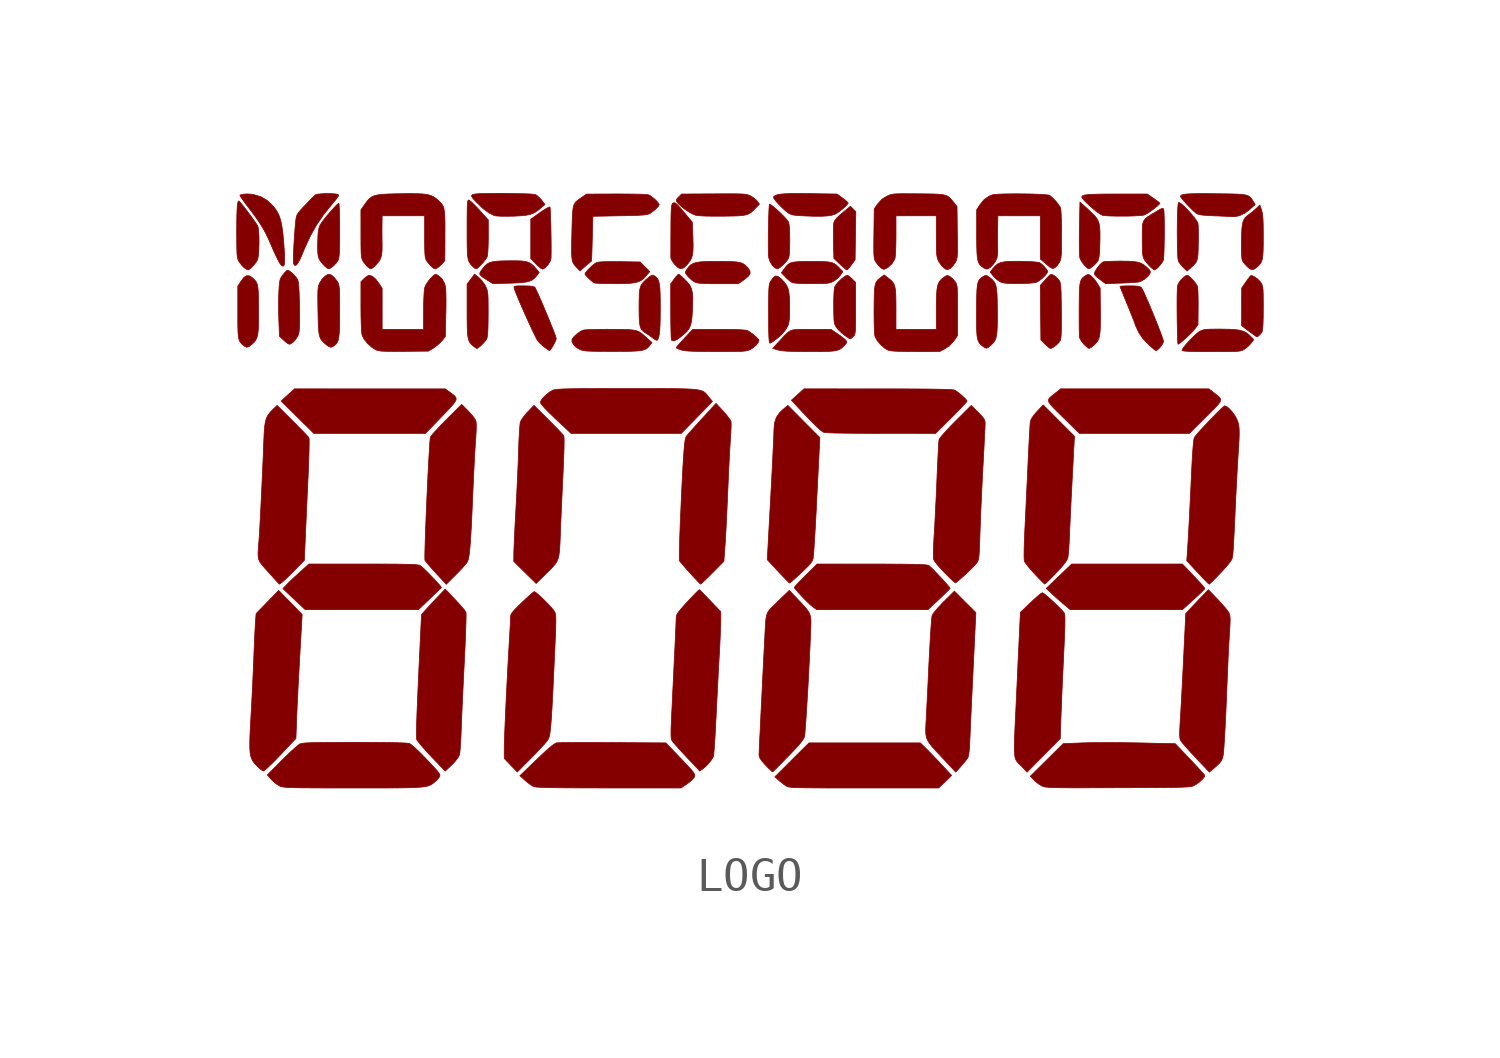
<source format=kicad_sym>
(kicad_symbol_lib
  (version 20220914)
  (generator "bitmap2component")
  (generator_version "9.0")
  (symbol "LOGO"
    (pin_names
      (offset 1.016))
    (property "Reference" "#G"
      (at 0 9.373 0)
      (effects (font (size 1.27 1.27)) hide))
    (symbol "LOGO_0_0"
      (polyline (pts (xy -10.759 -8.835) (xy -10.477 -8.834) (xy -10.24 -8.831) (xy -10.045 -8.827) (xy -9.886 -8.821) (xy -9.758 -8.812) (xy -9.656 -8.802) (xy -9.576 -8.788) (xy -9.513 -8.771) (xy -9.462 -8.75) (xy -9.418 -8.726) (xy -9.376 -8.697) (xy -9.332 -8.664) (xy -9.316 -8.651) (xy -9.239 -8.576) (xy -9.186 -8.506) (xy -9.181 -8.497) (xy -9.172 -8.469) (xy -9.175 -8.437) (xy -9.197 -8.395) (xy -9.241 -8.336) (xy -9.314 -8.253) (xy -9.421 -8.138) (xy -9.566 -7.984) (xy -9.684 -7.862) (xy -9.821 -7.726) (xy -9.938 -7.617) (xy -10.028 -7.542) (xy -10.082 -7.507) (xy -10.085 -7.506) (xy -10.149 -7.498) (xy -10.272 -7.491) (xy -10.454 -7.485) (xy -10.691 -7.48) (xy -10.981 -7.477) (xy -11.321 -7.475) (xy -11.708 -7.474) (xy -11.861 -7.474) (xy -12.203 -7.475) (xy -12.489 -7.476) (xy -12.723 -7.478) (xy -12.912 -7.482) (xy -13.059 -7.486) (xy -13.171 -7.492) (xy -13.252 -7.499) (xy -13.307 -7.508) (xy -13.342 -7.519) (xy -13.345 -7.519) (xy -13.401 -7.558) (xy -13.491 -7.633) (xy -13.608 -7.739) (xy -13.741 -7.865) (xy -13.883 -8.005) (xy -14.322 -8.448) (xy -14.2 -8.584) (xy -14.15 -8.634) (xy -14.047 -8.719) (xy -13.951 -8.777) (xy -13.923 -8.789) (xy -13.888 -8.799) (xy -13.844 -8.807) (xy -13.784 -8.814) (xy -13.703 -8.82) (xy -13.598 -8.824) (xy -13.464 -8.828) (xy -13.294 -8.831) (xy -13.086 -8.832) (xy -12.833 -8.834) (xy -12.531 -8.835) (xy -12.176 -8.835) (xy -11.762 -8.835) (xy -11.48 -8.835) (xy -11.092 -8.835) (xy -10.759 -8.835)) (stroke (width 0.01) (type default)) (fill (type outline)))
      (polyline (pts (xy -1.813 -8.725) (xy -1.737 -8.669) (xy -1.65 -8.595) (xy -1.596 -8.535) (xy -1.59 -8.525) (xy -1.572 -8.492) (xy -1.566 -8.46) (xy -1.577 -8.421) (xy -1.608 -8.369) (xy -1.665 -8.298) (xy -1.752 -8.201) (xy -1.875 -8.071) (xy -2.036 -7.902) (xy -2.429 -7.49) (xy -4.01 -7.481) (xy -4.058 -7.48) (xy -4.369 -7.479) (xy -4.663 -7.479) (xy -4.933 -7.479) (xy -5.171 -7.479) (xy -5.373 -7.481) (xy -5.53 -7.483) (xy -5.638 -7.486) (xy -5.688 -7.489) (xy -5.7 -7.492) (xy -5.758 -7.522) (xy -5.841 -7.582) (xy -5.953 -7.678) (xy -6.1 -7.812) (xy -6.286 -7.988) (xy -6.786 -8.47) (xy -6.631 -8.61) (xy -6.552 -8.677) (xy -6.456 -8.748) (xy -6.382 -8.792) (xy -6.357 -8.799) (xy -6.306 -8.807) (xy -6.227 -8.813) (xy -6.117 -8.819) (xy -5.971 -8.823) (xy -5.787 -8.827) (xy -5.559 -8.83) (xy -5.283 -8.832) (xy -4.956 -8.833) (xy -4.574 -8.834) (xy -4.133 -8.835) (xy -1.979 -8.836) (xy -1.813 -8.725)) (stroke (width 0.01) (type default)) (fill (type outline)))
      (polyline (pts (xy 5.9 -8.649) (xy 6.094 -8.462) (xy 5.805 -8.15) (xy 5.681 -8.019) (xy 5.55 -7.881) (xy 5.431 -7.757) (xy 5.338 -7.664) (xy 5.16 -7.49) (xy 3.499 -7.49) (xy 1.838 -7.49) (xy 1.329 -7.997) (xy 0.82 -8.504) (xy 0.941 -8.61) (xy 0.977 -8.642) (xy 1.073 -8.718) (xy 1.156 -8.777) (xy 1.172 -8.786) (xy 1.197 -8.796) (xy 1.23 -8.805) (xy 1.277 -8.812) (xy 1.341 -8.818) (xy 1.429 -8.823) (xy 1.543 -8.827) (xy 1.688 -8.83) (xy 1.87 -8.832) (xy 2.092 -8.834) (xy 2.36 -8.835) (xy 2.677 -8.836) (xy 3.049 -8.836) (xy 3.479 -8.836) (xy 5.707 -8.836) (xy 5.9 -8.649)) (stroke (width 0.01) (type default)) (fill (type outline)))
      (polyline (pts (xy 10.282 -8.83) (xy 10.646 -8.829) (xy 11.069 -8.828) (xy 11.15 -8.828) (xy 11.561 -8.826) (xy 11.913 -8.825) (xy 12.213 -8.823) (xy 12.464 -8.821) (xy 12.672 -8.819) (xy 12.841 -8.816) (xy 12.975 -8.812) (xy 13.079 -8.807) (xy 13.159 -8.802) (xy 13.219 -8.795) (xy 13.263 -8.787) (xy 13.296 -8.777) (xy 13.323 -8.765) (xy 13.349 -8.752) (xy 13.402 -8.72) (xy 13.497 -8.65) (xy 13.578 -8.574) (xy 13.632 -8.507) (xy 13.646 -8.46) (xy 13.645 -8.458) (xy 13.614 -8.419) (xy 13.547 -8.344) (xy 13.452 -8.239) (xy 13.334 -8.112) (xy 13.2 -7.971) (xy 12.766 -7.514) (xy 11.672 -7.49) (xy 11.554 -7.488) (xy 11.259 -7.484) (xy 10.96 -7.481) (xy 10.672 -7.481) (xy 10.407 -7.482) (xy 10.179 -7.485) (xy 10.001 -7.49) (xy 9.422 -7.513) (xy 8.932 -7.999) (xy 8.441 -8.485) (xy 8.552 -8.601) (xy 8.583 -8.632) (xy 8.687 -8.715) (xy 8.789 -8.776) (xy 8.803 -8.783) (xy 8.832 -8.793) (xy 8.868 -8.803) (xy 8.916 -8.81) (xy 8.98 -8.816) (xy 9.065 -8.822) (xy 9.176 -8.825) (xy 9.318 -8.828) (xy 9.494 -8.83) (xy 9.711 -8.831) (xy 9.972 -8.831) (xy 10.282 -8.83)) (stroke (width 0.01) (type default)) (fill (type outline)))
      (polyline (pts (xy -6.429 -7.923) (xy -6.427 -7.921) (xy -6.287 -7.778) (xy -6.161 -7.644) (xy -6.055 -7.527) (xy -5.978 -7.436) (xy -5.939 -7.38) (xy -5.937 -7.377) (xy -5.921 -7.339) (xy -5.906 -7.289) (xy -5.893 -7.223) (xy -5.88 -7.136) (xy -5.867 -7.023) (xy -5.855 -6.88) (xy -5.843 -6.702) (xy -5.829 -6.484) (xy -5.815 -6.222) (xy -5.799 -5.911) (xy -5.782 -5.546) (xy -5.762 -5.122) (xy -5.756 -4.986) (xy -5.741 -4.668) (xy -5.73 -4.405) (xy -5.721 -4.191) (xy -5.715 -4.021) (xy -5.713 -3.889) (xy -5.713 -3.789) (xy -5.715 -3.716) (xy -5.721 -3.663) (xy -5.729 -3.625) (xy -5.74 -3.596) (xy -5.753 -3.57) (xy -5.787 -3.522) (xy -5.857 -3.441) (xy -5.948 -3.343) (xy -6.05 -3.24) (xy -6.153 -3.14) (xy -6.245 -3.057) (xy -6.316 -2.999) (xy -6.356 -2.977) (xy -6.365 -2.981) (xy -6.416 -3.019) (xy -6.499 -3.091) (xy -6.605 -3.187) (xy -6.726 -3.302) (xy -6.783 -3.357) (xy -6.902 -3.474) (xy -6.983 -3.562) (xy -7.032 -3.626) (xy -7.057 -3.677) (xy -7.063 -3.721) (xy -7.064 -3.754) (xy -7.068 -3.849) (xy -7.075 -3.99) (xy -7.085 -4.168) (xy -7.097 -4.372) (xy -7.11 -4.592) (xy -7.116 -4.699) (xy -7.134 -5.002) (xy -7.151 -5.323) (xy -7.168 -5.653) (xy -7.185 -5.986) (xy -7.201 -6.312) (xy -7.215 -6.624) (xy -7.228 -6.913) (xy -7.238 -7.172) (xy -7.246 -7.391) (xy -7.251 -7.564) (xy -7.253 -7.682) (xy -7.253 -7.955) (xy -7.059 -8.157) (xy -6.864 -8.359) (xy -6.429 -7.923)) (stroke (width 0.01) (type default)) (fill (type outline)))
      (polyline (pts (xy 0.759 -8.353) (xy 0.794 -8.319) (xy 0.866 -8.249) (xy 0.966 -8.149) (xy 1.087 -8.025) (xy 1.224 -7.885) (xy 1.335 -7.77) (xy 1.472 -7.625) (xy 1.572 -7.511) (xy 1.64 -7.424) (xy 1.683 -7.355) (xy 1.706 -7.299) (xy 1.707 -7.292) (xy 1.716 -7.224) (xy 1.726 -7.101) (xy 1.739 -6.93) (xy 1.754 -6.718) (xy 1.77 -6.471) (xy 1.786 -6.197) (xy 1.804 -5.902) (xy 1.821 -5.593) (xy 1.837 -5.278) (xy 1.853 -4.962) (xy 1.868 -4.653) (xy 1.881 -4.357) (xy 1.892 -4.082) (xy 1.894 -4.052) (xy 1.898 -3.895) (xy 1.893 -3.775) (xy 1.873 -3.676) (xy 1.833 -3.587) (xy 1.766 -3.492) (xy 1.667 -3.379) (xy 1.53 -3.233) (xy 1.251 -2.94) (xy 0.912 -3.267) (xy 0.819 -3.357) (xy 0.726 -3.447) (xy 0.657 -3.522) (xy 0.609 -3.593) (xy 0.577 -3.671) (xy 0.557 -3.767) (xy 0.544 -3.892) (xy 0.534 -4.058) (xy 0.523 -4.276) (xy 0.522 -4.3) (xy 0.51 -4.518) (xy 0.497 -4.768) (xy 0.483 -5.044) (xy 0.468 -5.338) (xy 0.453 -5.644) (xy 0.438 -5.955) (xy 0.423 -6.263) (xy 0.408 -6.563) (xy 0.394 -6.848) (xy 0.382 -7.109) (xy 0.37 -7.342) (xy 0.361 -7.539) (xy 0.354 -7.693) (xy 0.35 -7.797) (xy 0.348 -7.845) (xy 0.355 -7.896) (xy 0.384 -7.962) (xy 0.444 -8.044) (xy 0.543 -8.155) (xy 0.586 -8.201) (xy 0.668 -8.282) (xy 0.728 -8.337) (xy 0.757 -8.354) (xy 0.759 -8.353)) (stroke (width 0.01) (type default)) (fill (type outline)))
      (polyline (pts (xy 6.378 -8.183) (xy 6.386 -8.175) (xy 6.47 -8.077) (xy 6.54 -7.989) (xy 6.581 -7.928) (xy 6.594 -7.889) (xy 6.612 -7.787) (xy 6.626 -7.642) (xy 6.636 -7.466) (xy 6.637 -7.431) (xy 6.643 -7.301) (xy 6.651 -7.119) (xy 6.661 -6.892) (xy 6.673 -6.627) (xy 6.687 -6.332) (xy 6.702 -6.014) (xy 6.718 -5.681) (xy 6.734 -5.341) (xy 6.818 -3.604) (xy 6.497 -3.283) (xy 6.176 -2.962) (xy 5.859 -3.278) (xy 5.83 -3.307) (xy 5.714 -3.429) (xy 5.616 -3.541) (xy 5.545 -3.631) (xy 5.512 -3.689) (xy 5.508 -3.708) (xy 5.498 -3.79) (xy 5.487 -3.924) (xy 5.474 -4.103) (xy 5.46 -4.32) (xy 5.446 -4.569) (xy 5.431 -4.841) (xy 5.416 -5.131) (xy 5.411 -5.235) (xy 5.397 -5.537) (xy 5.383 -5.83) (xy 5.369 -6.104) (xy 5.357 -6.353) (xy 5.346 -6.564) (xy 5.338 -6.731) (xy 5.332 -6.844) (xy 5.327 -6.925) (xy 5.32 -7.082) (xy 5.322 -7.207) (xy 5.337 -7.31) (xy 5.371 -7.403) (xy 5.428 -7.498) (xy 5.512 -7.605) (xy 5.63 -7.736) (xy 5.786 -7.903) (xy 6.217 -8.363) (xy 6.378 -8.183)) (stroke (width 0.01) (type default)) (fill (type outline)))
      (polyline (pts (xy 8.84 -7.863) (xy 9.335 -7.363) (xy 9.356 -6.73) (xy 9.361 -6.6) (xy 9.37 -6.377) (xy 9.38 -6.112) (xy 9.393 -5.819) (xy 9.407 -5.51) (xy 9.422 -5.197) (xy 9.436 -4.893) (xy 9.446 -4.677) (xy 9.46 -4.385) (xy 9.469 -4.149) (xy 9.474 -3.962) (xy 9.475 -3.821) (xy 9.473 -3.721) (xy 9.468 -3.657) (xy 9.458 -3.623) (xy 9.452 -3.612) (xy 9.402 -3.552) (xy 9.322 -3.467) (xy 9.222 -3.368) (xy 9.113 -3.265) (xy 9.006 -3.168) (xy 8.911 -3.086) (xy 8.839 -3.03) (xy 8.8 -3.01) (xy 8.796 -3.011) (xy 8.75 -3.04) (xy 8.67 -3.104) (xy 8.568 -3.195) (xy 8.451 -3.303) (xy 8.146 -3.595) (xy 8.128 -3.959) (xy 8.126 -4.008) (xy 8.119 -4.141) (xy 8.111 -4.326) (xy 8.1 -4.556) (xy 8.087 -4.824) (xy 8.073 -5.121) (xy 8.059 -5.442) (xy 8.043 -5.778) (xy 8.027 -6.123) (xy 8.014 -6.406) (xy 7.997 -6.748) (xy 7.984 -7.035) (xy 7.974 -7.274) (xy 7.967 -7.469) (xy 7.965 -7.627) (xy 7.967 -7.751) (xy 7.974 -7.848) (xy 7.986 -7.923) (xy 8.005 -7.982) (xy 8.03 -8.029) (xy 8.061 -8.07) (xy 8.1 -8.111) (xy 8.147 -8.156) (xy 8.201 -8.212) (xy 8.345 -8.363) (xy 8.84 -7.863)) (stroke (width 0.01) (type default)) (fill (type outline)))
      (polyline (pts (xy 13.941 -8.23) (xy 13.971 -8.204) (xy 14.076 -8.106) (xy 14.143 -8.021) (xy 14.181 -7.933) (xy 14.201 -7.823) (xy 14.206 -7.779) (xy 14.217 -7.649) (xy 14.229 -7.465) (xy 14.243 -7.236) (xy 14.257 -6.969) (xy 14.272 -6.67) (xy 14.286 -6.346) (xy 14.3 -6.005) (xy 14.314 -5.653) (xy 14.32 -5.497) (xy 14.332 -5.223) (xy 14.344 -4.945) (xy 14.357 -4.681) (xy 14.37 -4.447) (xy 14.382 -4.26) (xy 14.391 -4.114) (xy 14.4 -3.944) (xy 14.403 -3.821) (xy 14.4 -3.732) (xy 14.39 -3.669) (xy 14.374 -3.621) (xy 14.373 -3.617) (xy 14.33 -3.553) (xy 14.255 -3.457) (xy 14.155 -3.342) (xy 14.042 -3.22) (xy 13.753 -2.92) (xy 13.551 -3.131) (xy 13.524 -3.158) (xy 13.411 -3.277) (xy 13.301 -3.393) (xy 13.214 -3.486) (xy 13.079 -3.63) (xy 13.017 -4.895) (xy 13.003 -5.188) (xy 12.987 -5.5) (xy 12.971 -5.807) (xy 12.956 -6.096) (xy 12.941 -6.357) (xy 12.929 -6.578) (xy 12.918 -6.747) (xy 12.917 -6.766) (xy 12.905 -6.976) (xy 12.898 -7.132) (xy 12.896 -7.245) (xy 12.9 -7.324) (xy 12.91 -7.379) (xy 12.925 -7.419) (xy 12.957 -7.464) (xy 13.027 -7.548) (xy 13.125 -7.66) (xy 13.244 -7.791) (xy 13.376 -7.933) (xy 13.783 -8.362) (xy 13.941 -8.23)) (stroke (width 0.01) (type default)) (fill (type outline)))
      (polyline (pts (xy -14.428 -8.327) (xy -14.381 -8.292) (xy -14.3 -8.22) (xy -14.192 -8.116) (xy -14.065 -7.989) (xy -13.926 -7.844) (xy -13.467 -7.358) (xy -13.445 -6.759) (xy -13.439 -6.604) (xy -13.429 -6.385) (xy -13.416 -6.124) (xy -13.402 -5.834) (xy -13.386 -5.527) (xy -13.369 -5.215) (xy -13.352 -4.909) (xy -13.281 -3.658) (xy -13.632 -3.299) (xy -13.983 -2.941) (xy -14.319 -3.287) (xy -14.655 -3.633) (xy -14.675 -3.899) (xy -14.68 -3.975) (xy -14.688 -4.121) (xy -14.698 -4.309) (xy -14.707 -4.527) (xy -14.717 -4.763) (xy -14.727 -5.004) (xy -14.733 -5.151) (xy -14.746 -5.454) (xy -14.761 -5.787) (xy -14.778 -6.129) (xy -14.795 -6.457) (xy -14.812 -6.752) (xy -14.827 -7.016) (xy -14.839 -7.273) (xy -14.845 -7.481) (xy -14.844 -7.647) (xy -14.835 -7.778) (xy -14.817 -7.882) (xy -14.789 -7.966) (xy -14.75 -8.038) (xy -14.699 -8.105) (xy -14.635 -8.174) (xy -14.554 -8.251) (xy -14.481 -8.308) (xy -14.435 -8.329) (xy -14.428 -8.327)) (stroke (width 0.01) (type default)) (fill (type outline)))
      (polyline (pts (xy -9.009 -8.326) (xy -8.971 -8.292) (xy -8.902 -8.228) (xy -8.814 -8.143) (xy -8.807 -8.137) (xy -8.707 -8.029) (xy -8.63 -7.928) (xy -8.589 -7.851) (xy -8.588 -7.847) (xy -8.577 -7.777) (xy -8.565 -7.657) (xy -8.554 -7.497) (xy -8.544 -7.311) (xy -8.536 -7.11) (xy -8.534 -7.055) (xy -8.527 -6.863) (xy -8.517 -6.623) (xy -8.504 -6.344) (xy -8.49 -6.039) (xy -8.475 -5.717) (xy -8.459 -5.389) (xy -8.443 -5.067) (xy -8.432 -4.854) (xy -8.419 -4.572) (xy -8.408 -4.313) (xy -8.4 -4.083) (xy -8.394 -3.889) (xy -8.391 -3.738) (xy -8.391 -3.637) (xy -8.395 -3.593) (xy -8.398 -3.586) (xy -8.436 -3.531) (xy -8.508 -3.444) (xy -8.604 -3.335) (xy -8.716 -3.215) (xy -9.014 -2.902) (xy -9.269 -3.169) (xy -9.357 -3.262) (xy -9.467 -3.379) (xy -9.559 -3.48) (xy -9.622 -3.55) (xy -9.721 -3.664) (xy -9.808 -5.488) (xy -9.819 -5.738) (xy -9.838 -6.16) (xy -9.853 -6.521) (xy -9.864 -6.818) (xy -9.87 -7.054) (xy -9.872 -7.228) (xy -9.87 -7.341) (xy -9.864 -7.392) (xy -9.836 -7.436) (xy -9.771 -7.519) (xy -9.675 -7.63) (xy -9.559 -7.76) (xy -9.428 -7.901) (xy -9.426 -7.902) (xy -9.298 -8.037) (xy -9.186 -8.154) (xy -9.096 -8.247) (xy -9.037 -8.307) (xy -9.013 -8.329) (xy -9.009 -8.326)) (stroke (width 0.01) (type default)) (fill (type outline)))
      (polyline (pts (xy -1.331 -8.267) (xy -1.24 -8.191) (xy -1.143 -8.089) (xy -1.062 -7.986) (xy -1.013 -7.901) (xy -1.008 -7.878) (xy -0.999 -7.795) (xy -0.988 -7.662) (xy -0.975 -7.486) (xy -0.962 -7.277) (xy -0.949 -7.041) (xy -0.936 -6.788) (xy -0.935 -6.775) (xy -0.921 -6.471) (xy -0.904 -6.141) (xy -0.887 -5.804) (xy -0.87 -5.477) (xy -0.854 -5.178) (xy -0.84 -4.925) (xy -0.83 -4.753) (xy -0.818 -4.517) (xy -0.808 -4.296) (xy -0.8 -4.101) (xy -0.794 -3.945) (xy -0.792 -3.84) (xy -0.792 -3.578) (xy -1.101 -3.254) (xy -1.141 -3.212) (xy -1.249 -3.1) (xy -1.338 -3.008) (xy -1.401 -2.945) (xy -1.429 -2.92) (xy -1.441 -2.926) (xy -1.489 -2.969) (xy -1.568 -3.047) (xy -1.669 -3.152) (xy -1.786 -3.276) (xy -1.865 -3.363) (xy -1.974 -3.486) (xy -2.048 -3.576) (xy -2.094 -3.644) (xy -2.116 -3.697) (xy -2.123 -3.744) (xy -2.123 -3.756) (xy -2.126 -3.838) (xy -2.132 -3.981) (xy -2.14 -4.183) (xy -2.152 -4.442) (xy -2.167 -4.756) (xy -2.185 -5.125) (xy -2.205 -5.545) (xy -2.228 -6.015) (xy -2.253 -6.534) (xy -2.259 -6.66) (xy -2.269 -6.887) (xy -2.276 -7.062) (xy -2.278 -7.192) (xy -2.276 -7.287) (xy -2.271 -7.352) (xy -2.261 -7.396) (xy -2.247 -7.426) (xy -2.219 -7.463) (xy -2.152 -7.542) (xy -2.057 -7.65) (xy -1.94 -7.777) (xy -1.811 -7.916) (xy -1.42 -8.33) (xy -1.331 -8.267)) (stroke (width 0.01) (type default)) (fill (type outline)))
      (polyline (pts (xy -9.474 -3.192) (xy -9.419 -3.139) (xy -9.306 -3.031) (xy -9.214 -2.944) (xy -9.151 -2.884) (xy -9.125 -2.861) (xy -9.136 -2.837) (xy -9.183 -2.779) (xy -9.258 -2.695) (xy -9.35 -2.595) (xy -9.452 -2.489) (xy -9.553 -2.386) (xy -9.644 -2.297) (xy -9.717 -2.231) (xy -9.761 -2.198) (xy -9.783 -2.189) (xy -9.828 -2.181) (xy -9.898 -2.173) (xy -9.995 -2.167) (xy -10.127 -2.163) (xy -10.297 -2.159) (xy -10.511 -2.156) (xy -10.774 -2.155) (xy -11.089 -2.154) (xy -11.464 -2.154) (xy -13.081 -2.154) (xy -13.357 -2.403) (xy -13.454 -2.492) (xy -13.574 -2.603) (xy -13.676 -2.701) (xy -13.745 -2.771) (xy -13.856 -2.888) (xy -13.524 -3.202) (xy -13.191 -3.515) (xy -11.501 -3.515) (xy -9.811 -3.515) (xy -9.474 -3.192)) (stroke (width 0.01) (type default)) (fill (type outline)))
      (polyline (pts (xy 5.719 -3.207) (xy 5.764 -3.164) (xy 5.876 -3.057) (xy 5.966 -2.968) (xy 6.027 -2.907) (xy 6.049 -2.88) (xy 6.037 -2.858) (xy 5.989 -2.798) (xy 5.913 -2.712) (xy 5.819 -2.608) (xy 5.716 -2.498) (xy 5.614 -2.391) (xy 5.523 -2.298) (xy 5.451 -2.23) (xy 5.409 -2.196) (xy 5.408 -2.196) (xy 5.376 -2.186) (xy 5.315 -2.178) (xy 5.22 -2.172) (xy 5.087 -2.166) (xy 4.913 -2.162) (xy 4.692 -2.159) (xy 4.42 -2.157) (xy 4.094 -2.155) (xy 3.709 -2.155) (xy 2.081 -2.154) (xy 1.737 -2.493) (xy 1.672 -2.557) (xy 1.563 -2.669) (xy 1.476 -2.761) (xy 1.419 -2.826) (xy 1.401 -2.856) (xy 1.402 -2.858) (xy 1.436 -2.907) (xy 1.504 -2.986) (xy 1.593 -3.084) (xy 1.692 -3.189) (xy 1.792 -3.288) (xy 1.878 -3.371) (xy 1.942 -3.424) (xy 2.068 -3.515) (xy 3.728 -3.515) (xy 5.389 -3.515) (xy 5.719 -3.207)) (stroke (width 0.01) (type default)) (fill (type outline)))
      (polyline (pts (xy 13.315 -3.212) (xy 13.361 -3.17) (xy 13.475 -3.064) (xy 13.566 -2.976) (xy 13.628 -2.913) (xy 13.65 -2.884) (xy 13.644 -2.873) (xy 13.603 -2.821) (xy 13.529 -2.737) (xy 13.43 -2.63) (xy 13.315 -2.506) (xy 12.979 -2.154) (xy 11.327 -2.154) (xy 9.675 -2.154) (xy 9.295 -2.518) (xy 8.915 -2.882) (xy 9.089 -3.044) (xy 9.187 -3.133) (xy 9.323 -3.254) (xy 9.447 -3.361) (xy 9.631 -3.515) (xy 11.305 -3.515) (xy 12.979 -3.515) (xy 13.315 -3.212)) (stroke (width 0.01) (type default)) (fill (type outline)))
      (polyline (pts (xy -13.878 -2.696) (xy -13.875 -2.693) (xy -13.818 -2.644) (xy -13.729 -2.562) (xy -13.62 -2.456) (xy -13.504 -2.339) (xy -13.214 -2.043) (xy -13.192 -1.504) (xy -13.186 -1.35) (xy -13.177 -1.141) (xy -13.165 -0.891) (xy -13.153 -0.612) (xy -13.139 -0.313) (xy -13.125 -0.006) (xy -13.111 0.298) (xy -13.098 0.573) (xy -13.087 0.859) (xy -13.079 1.106) (xy -13.074 1.31) (xy -13.072 1.466) (xy -13.074 1.568) (xy -13.079 1.612) (xy -13.082 1.617) (xy -13.121 1.662) (xy -13.197 1.743) (xy -13.301 1.851) (xy -13.428 1.98) (xy -13.568 2.121) (xy -14.029 2.579) (xy -14.157 2.455) (xy -14.238 2.37) (xy -14.301 2.287) (xy -14.347 2.197) (xy -14.379 2.088) (xy -14.4 1.949) (xy -14.415 1.768) (xy -14.425 1.536) (xy -14.434 1.312) (xy -14.446 1.006) (xy -14.46 0.683) (xy -14.475 0.353) (xy -14.49 0.022) (xy -14.506 -0.298) (xy -14.521 -0.6) (xy -14.535 -0.874) (xy -14.548 -1.111) (xy -14.56 -1.303) (xy -14.569 -1.441) (xy -14.574 -1.499) (xy -14.589 -1.688) (xy -14.597 -1.829) (xy -14.594 -1.936) (xy -14.576 -2.022) (xy -14.54 -2.098) (xy -14.481 -2.179) (xy -14.397 -2.276) (xy -14.282 -2.403) (xy -13.963 -2.757) (xy -13.878 -2.696)) (stroke (width 0.01) (type default)) (fill (type outline)))
      (polyline (pts (xy -8.702 -2.48) (xy -8.59 -2.366) (xy -8.487 -2.256) (xy -8.407 -2.164) (xy -8.361 -2.104) (xy -8.346 -2.075) (xy -8.327 -2.021) (xy -8.31 -1.945) (xy -8.294 -1.842) (xy -8.28 -1.709) (xy -8.265 -1.54) (xy -8.251 -1.331) (xy -8.236 -1.077) (xy -8.221 -0.773) (xy -8.205 -0.416) (xy -8.187 0.000100) (xy -8.178 0.211) (xy -8.165 0.497) (xy -8.151 0.773) (xy -8.138 1.028) (xy -8.125 1.252) (xy -8.114 1.435) (xy -8.105 1.565) (xy -8.104 1.574) (xy -8.093 1.739) (xy -8.087 1.889) (xy -8.086 2.009) (xy -8.091 2.083) (xy -8.123 2.165) (xy -8.197 2.269) (xy -8.317 2.401) (xy -8.523 2.609) (xy -8.981 2.152) (xy -9.011 2.122) (xy -9.148 1.982) (xy -9.268 1.855) (xy -9.365 1.749) (xy -9.429 1.672) (xy -9.456 1.631) (xy -9.463 1.579) (xy -9.473 1.472) (xy -9.483 1.316) (xy -9.495 1.12) (xy -9.508 0.889) (xy -9.522 0.631) (xy -9.536 0.354) (xy -9.549 0.063) (xy -9.563 -0.234) (xy -9.575 -0.531) (xy -9.587 -0.82) (xy -9.598 -1.094) (xy -9.607 -1.346) (xy -9.614 -1.571) (xy -9.619 -1.759) (xy -9.622 -1.905) (xy -9.621 -2.002) (xy -9.618 -2.043) (xy -9.613 -2.051) (xy -9.57 -2.108) (xy -9.495 -2.197) (xy -9.397 -2.309) (xy -9.285 -2.432) (xy -8.983 -2.759) (xy -8.702 -2.48)) (stroke (width 0.01) (type default)) (fill (type outline)))
      (polyline (pts (xy -1.384 -2.749) (xy -1.338 -2.708) (xy -1.26 -2.633) (xy -1.157 -2.533) (xy -1.038 -2.415) (xy -0.7 -2.074) (xy -0.667 -1.631) (xy -0.66 -1.537) (xy -0.65 -1.36) (xy -0.637 -1.139) (xy -0.625 -0.884) (xy -0.611 -0.607) (xy -0.598 -0.319) (xy -0.586 -0.032) (xy -0.577 0.172) (xy -0.564 0.462) (xy -0.551 0.745) (xy -0.537 1.009) (xy -0.525 1.243) (xy -0.513 1.437) (xy -0.504 1.578) (xy -0.5 1.635) (xy -0.49 1.799) (xy -0.484 1.941) (xy -0.483 2.046) (xy -0.487 2.102) (xy -0.499 2.128) (xy -0.549 2.201) (xy -0.626 2.298) (xy -0.72 2.405) (xy -0.935 2.638) (xy -1.357 2.177) (xy -1.369 2.164) (xy -1.501 2.019) (xy -1.62 1.887) (xy -1.719 1.776) (xy -1.789 1.695) (xy -1.824 1.652) (xy -1.825 1.65) (xy -1.84 1.617) (xy -1.854 1.558) (xy -1.867 1.471) (xy -1.88 1.352) (xy -1.893 1.197) (xy -1.907 1.001) (xy -1.922 0.762) (xy -1.937 0.475) (xy -1.954 0.136) (xy -1.972 -0.259) (xy -1.992 -0.713) (xy -1.998 -0.831) (xy -2.008 -1.106) (xy -2.017 -1.359) (xy -2.024 -1.584) (xy -2.028 -1.772) (xy -2.03 -1.919) (xy -2.029 -2.016) (xy -2.026 -2.056) (xy -2.022 -2.063) (xy -1.982 -2.113) (xy -1.911 -2.198) (xy -1.816 -2.306) (xy -1.706 -2.428) (xy -1.67 -2.468) (xy -1.565 -2.581) (xy -1.479 -2.672) (xy -1.419 -2.733) (xy -1.393 -2.755) (xy -1.384 -2.749)) (stroke (width 0.01) (type default)) (fill (type outline)))
      (polyline (pts (xy 8.879 -2.749) (xy 8.923 -2.711) (xy 8.999 -2.638) (xy 9.098 -2.539) (xy 9.212 -2.421) (xy 9.222 -2.41) (xy 9.366 -2.255) (xy 9.467 -2.133) (xy 9.53 -2.04) (xy 9.561 -1.97) (xy 9.567 -1.933) (xy 9.579 -1.831) (xy 9.591 -1.687) (xy 9.601 -1.515) (xy 9.61 -1.33) (xy 9.615 -1.193) (xy 9.624 -0.991) (xy 9.636 -0.747) (xy 9.649 -0.472) (xy 9.663 -0.177) (xy 9.679 0.125) (xy 9.694 0.425) (xy 9.759 1.657) (xy 9.292 2.125) (xy 8.825 2.593) (xy 8.642 2.397) (xy 8.546 2.286) (xy 8.475 2.182) (xy 8.442 2.106) (xy 8.439 2.074) (xy 8.432 1.98) (xy 8.423 1.837) (xy 8.412 1.653) (xy 8.401 1.436) (xy 8.389 1.193) (xy 8.376 0.934) (xy 8.375 0.906) (xy 8.361 0.589) (xy 8.344 0.242) (xy 8.327 -0.115) (xy 8.311 -0.465) (xy 8.295 -0.789) (xy 8.281 -1.068) (xy 8.278 -1.141) (xy 8.264 -1.452) (xy 8.256 -1.702) (xy 8.254 -1.888) (xy 8.257 -2.013) (xy 8.266 -2.075) (xy 8.267 -2.077) (xy 8.303 -2.134) (xy 8.372 -2.223) (xy 8.466 -2.333) (xy 8.575 -2.453) (xy 8.59 -2.47) (xy 8.694 -2.58) (xy 8.782 -2.669) (xy 8.844 -2.73) (xy 8.872 -2.753) (xy 8.879 -2.749)) (stroke (width 0.01) (type default)) (fill (type outline)))
      (polyline (pts (xy 13.788 -2.749) (xy 13.836 -2.707) (xy 13.914 -2.63) (xy 14.015 -2.526) (xy 14.13 -2.405) (xy 14.193 -2.337) (xy 14.307 -2.211) (xy 14.385 -2.116) (xy 14.435 -2.043) (xy 14.464 -1.981) (xy 14.479 -1.921) (xy 14.485 -1.866) (xy 14.493 -1.752) (xy 14.503 -1.591) (xy 14.514 -1.391) (xy 14.526 -1.159) (xy 14.539 -0.904) (xy 14.551 -0.633) (xy 14.559 -0.447) (xy 14.573 -0.147) (xy 14.588 0.15) (xy 14.603 0.434) (xy 14.617 0.691) (xy 14.629 0.909) (xy 14.64 1.077) (xy 14.642 1.109) (xy 14.659 1.369) (xy 14.67 1.576) (xy 14.674 1.739) (xy 14.672 1.866) (xy 14.663 1.966) (xy 14.646 2.049) (xy 14.621 2.123) (xy 14.588 2.196) (xy 14.55 2.265) (xy 14.472 2.376) (xy 14.386 2.472) (xy 14.305 2.54) (xy 14.242 2.565) (xy 14.235 2.563) (xy 14.19 2.527) (xy 14.112 2.456) (xy 14.012 2.357) (xy 13.896 2.24) (xy 13.773 2.112) (xy 13.651 1.983) (xy 13.538 1.861) (xy 13.442 1.754) (xy 13.372 1.671) (xy 13.336 1.62) (xy 13.33 1.605) (xy 13.315 1.522) (xy 13.3 1.378) (xy 13.284 1.174) (xy 13.268 0.911) (xy 13.252 0.591) (xy 13.241 0.353) (xy 13.222 -0.064) (xy 13.202 -0.456) (xy 13.184 -0.816) (xy 13.167 -1.137) (xy 13.151 -1.415) (xy 13.137 -1.641) (xy 13.126 -1.811) (xy 13.108 -2.054) (xy 13.431 -2.405) (xy 13.488 -2.466) (xy 13.596 -2.58) (xy 13.686 -2.672) (xy 13.749 -2.733) (xy 13.778 -2.755) (xy 13.788 -2.749)) (stroke (width 0.01) (type default)) (fill (type outline)))
      (polyline (pts (xy -6.014 -2.452) (xy -5.904 -2.344) (xy -5.811 -2.249) (xy -5.739 -2.167) (xy -5.686 -2.089) (xy -5.648 -2.004) (xy -5.622 -1.903) (xy -5.605 -1.777) (xy -5.593 -1.617) (xy -5.584 -1.412) (xy -5.574 -1.153) (xy -5.566 -0.943) (xy -5.553 -0.644) (xy -5.538 -0.317) (xy -5.523 0.019) (xy -5.508 0.346) (xy -5.494 0.643) (xy -5.484 0.861) (xy -5.474 1.13) (xy -5.468 1.349) (xy -5.466 1.515) (xy -5.469 1.623) (xy -5.477 1.672) (xy -5.477 1.673) (xy -5.509 1.712) (xy -5.579 1.788) (xy -5.678 1.892) (xy -5.8 2.016) (xy -5.936 2.153) (xy -6.365 2.58) (xy -6.553 2.384) (xy -6.577 2.358) (xy -6.666 2.253) (xy -6.735 2.155) (xy -6.772 2.084) (xy -6.775 2.071) (xy -6.785 1.993) (xy -6.796 1.865) (xy -6.806 1.699) (xy -6.816 1.507) (xy -6.823 1.299) (xy -6.825 1.215) (xy -6.833 0.988) (xy -6.844 0.718) (xy -6.858 0.419) (xy -6.872 0.106) (xy -6.888 -0.207) (xy -6.904 -0.507) (xy -6.916 -0.717) (xy -6.93 -0.982) (xy -6.942 -1.228) (xy -6.952 -1.448) (xy -6.96 -1.631) (xy -6.966 -1.77) (xy -6.967 -1.855) (xy -6.968 -2.078) (xy -6.634 -2.407) (xy -6.3 -2.735) (xy -6.014 -2.452)) (stroke (width 0.01) (type default)) (fill (type outline)))
      (polyline (pts (xy 1.264 -2.721) (xy 1.306 -2.687) (xy 1.382 -2.621) (xy 1.484 -2.529) (xy 1.603 -2.42) (xy 1.693 -2.336) (xy 1.809 -2.22) (xy 1.888 -2.132) (xy 1.936 -2.061) (xy 1.96 -2) (xy 1.964 -1.977) (xy 1.973 -1.889) (xy 1.984 -1.75) (xy 1.997 -1.565) (xy 2.011 -1.343) (xy 2.026 -1.09) (xy 2.041 -0.815) (xy 2.057 -0.522) (xy 2.062 -0.407) (xy 2.077 -0.103) (xy 2.092 0.193) (xy 2.106 0.472) (xy 2.119 0.724) (xy 2.13 0.94) (xy 2.138 1.111) (xy 2.144 1.228) (xy 2.163 1.617) (xy 1.686 2.097) (xy 1.209 2.578) (xy 1.067 2.461) (xy 0.966 2.366) (xy 0.865 2.22) (xy 0.809 2.047) (xy 0.792 1.835) (xy 0.792 1.791) (xy 0.788 1.677) (xy 0.781 1.511) (xy 0.771 1.299) (xy 0.759 1.049) (xy 0.745 0.765) (xy 0.729 0.457) (xy 0.712 0.128) (xy 0.693 -0.213) (xy 0.594 -2.025) (xy 0.919 -2.374) (xy 0.977 -2.437) (xy 1.085 -2.55) (xy 1.173 -2.641) (xy 1.234 -2.702) (xy 1.26 -2.724) (xy 1.264 -2.721)) (stroke (width 0.01) (type default)) (fill (type outline)))
      (polyline (pts (xy 6.238 -2.697) (xy 6.308 -2.64) (xy 6.403 -2.557) (xy 6.511 -2.458) (xy 6.62 -2.356) (xy 6.719 -2.259) (xy 6.797 -2.179) (xy 6.842 -2.127) (xy 6.85 -2.115) (xy 6.871 -2.08) (xy 6.888 -2.04) (xy 6.901 -1.986) (xy 6.911 -1.91) (xy 6.919 -1.805) (xy 6.926 -1.661) (xy 6.933 -1.47) (xy 6.941 -1.224) (xy 6.945 -1.107) (xy 6.954 -0.849) (xy 6.967 -0.55) (xy 6.981 -0.226) (xy 6.997 0.109) (xy 7.013 0.44) (xy 7.03 0.751) (xy 7.03 0.755) (xy 7.045 1.027) (xy 7.058 1.283) (xy 7.07 1.515) (xy 7.08 1.715) (xy 7.088 1.876) (xy 7.093 1.989) (xy 7.094 2.047) (xy 7.093 2.075) (xy 7.082 2.134) (xy 7.049 2.193) (xy 6.987 2.268) (xy 6.887 2.371) (xy 6.68 2.578) (xy 6.207 2.106) (xy 6.063 1.96) (xy 5.924 1.812) (xy 5.817 1.692) (xy 5.746 1.604) (xy 5.718 1.553) (xy 5.713 1.514) (xy 5.706 1.415) (xy 5.697 1.268) (xy 5.688 1.08) (xy 5.677 0.859) (xy 5.665 0.612) (xy 5.654 0.348) (xy 5.648 0.197) (xy 5.635 -0.101) (xy 5.62 -0.4) (xy 5.606 -0.686) (xy 5.593 -0.948) (xy 5.58 -1.172) (xy 5.569 -1.346) (xy 5.56 -1.508) (xy 5.552 -1.685) (xy 5.548 -1.836) (xy 5.549 -1.948) (xy 5.555 -2.01) (xy 5.579 -2.06) (xy 5.647 -2.153) (xy 5.751 -2.273) (xy 5.884 -2.414) (xy 5.918 -2.449) (xy 6.027 -2.556) (xy 6.117 -2.642) (xy 6.18 -2.698) (xy 6.209 -2.716) (xy 6.238 -2.697)) (stroke (width 0.01) (type default)) (fill (type outline)))
      (polyline (pts (xy -9.125 2.237) (xy -9.007 2.36) (xy -8.872 2.502) (xy -8.775 2.611) (xy -8.715 2.693) (xy -8.688 2.756) (xy -8.692 2.807) (xy -8.724 2.853) (xy -8.781 2.902) (xy -8.862 2.961) (xy -9.01 3.071) (xy -11.26 3.071) (xy -13.509 3.072) (xy -13.709 2.89) (xy -13.909 2.708) (xy -13.421 2.225) (xy -12.933 1.742) (xy -11.268 1.742) (xy -9.602 1.742) (xy -9.125 2.237)) (stroke (width 0.01) (type default)) (fill (type outline)))
      (polyline (pts (xy -1.506 2.219) (xy -1.041 2.696) (xy -1.149 2.827) (xy -1.167 2.849) (xy -1.203 2.895) (xy -1.237 2.934) (xy -1.273 2.967) (xy -1.316 2.995) (xy -1.371 3.018) (xy -1.442 3.036) (xy -1.533 3.051) (xy -1.651 3.062) (xy -1.799 3.069) (xy -1.982 3.075) (xy -2.205 3.078) (xy -2.472 3.08) (xy -2.789 3.08) (xy -3.159 3.08) (xy -3.588 3.08) (xy -3.979 3.08) (xy -4.349 3.08) (xy -4.664 3.079) (xy -4.929 3.078) (xy -5.149 3.076) (xy -5.327 3.073) (xy -5.47 3.069) (xy -5.581 3.064) (xy -5.664 3.058) (xy -5.726 3.051) (xy -5.769 3.043) (xy -5.798 3.033) (xy -5.799 3.033) (xy -5.896 2.978) (xy -5.997 2.9) (xy -6.087 2.813) (xy -6.151 2.731) (xy -6.176 2.668) (xy -6.173 2.655) (xy -6.131 2.592) (xy -6.041 2.49) (xy -5.903 2.35) (xy -5.718 2.172) (xy -5.26 1.742) (xy -3.616 1.742) (xy -1.972 1.742) (xy -1.506 2.219)) (stroke (width 0.01) (type default)) (fill (type outline)))
      (polyline (pts (xy 6.086 2.208) (xy 6.128 2.249) (xy 6.264 2.387) (xy 6.382 2.509) (xy 6.474 2.607) (xy 6.534 2.676) (xy 6.556 2.708) (xy 6.552 2.719) (xy 6.512 2.767) (xy 6.442 2.835) (xy 6.357 2.911) (xy 6.269 2.98) (xy 6.194 3.031) (xy 6.187 3.034) (xy 6.148 3.042) (xy 6.075 3.048) (xy 5.967 3.054) (xy 5.819 3.059) (xy 5.628 3.062) (xy 5.39 3.066) (xy 5.103 3.068) (xy 4.762 3.07) (xy 4.365 3.071) (xy 3.909 3.071) (xy 1.689 3.072) (xy 1.502 2.902) (xy 1.315 2.732) (xy 1.605 2.419) (xy 1.736 2.279) (xy 1.922 2.086) (xy 2.073 1.937) (xy 2.188 1.834) (xy 2.264 1.779) (xy 2.281 1.774) (xy 2.353 1.766) (xy 2.479 1.759) (xy 2.66 1.753) (xy 2.898 1.749) (xy 3.196 1.746) (xy 3.553 1.744) (xy 3.972 1.743) (xy 5.617 1.742) (xy 6.086 2.208)) (stroke (width 0.01) (type default)) (fill (type outline)))
      (polyline (pts (xy 13.678 2.23) (xy 13.827 2.378) (xy 13.956 2.507) (xy 14.046 2.605) (xy 14.101 2.678) (xy 14.121 2.735) (xy 14.112 2.783) (xy 14.074 2.83) (xy 14.011 2.884) (xy 13.924 2.951) (xy 13.771 3.072) (xy 11.56 3.072) (xy 9.348 3.072) (xy 9.195 2.95) (xy 9.111 2.884) (xy 9.039 2.826) (xy 8.995 2.776) (xy 8.979 2.728) (xy 8.995 2.672) (xy 9.044 2.602) (xy 9.129 2.508) (xy 9.253 2.385) (xy 9.418 2.223) (xy 9.905 1.742) (xy 11.546 1.742) (xy 13.187 1.742) (xy 13.678 2.23)) (stroke (width 0.01) (type default)) (fill (type outline)))
      (polyline (pts (xy -10.243 4.19) (xy -9.512 4.197) (xy -9.359 4.292) (xy -9.306 4.328) (xy -9.196 4.418) (xy -9.108 4.508) (xy -9.01 4.63) (xy -8.995 5.3) (xy -8.993 5.347) (xy -8.99 5.554) (xy -8.99 5.746) (xy -8.992 5.91) (xy -8.996 6.034) (xy -9.002 6.107) (xy -9.033 6.22) (xy -9.114 6.363) (xy -9.232 6.461) (xy -9.243 6.467) (xy -9.289 6.485) (xy -9.328 6.479) (xy -9.378 6.44) (xy -9.454 6.362) (xy -9.511 6.294) (xy -9.583 6.187) (xy -9.625 6.094) (xy -9.634 6.043) (xy -9.644 5.931) (xy -9.652 5.779) (xy -9.658 5.6) (xy -9.659 5.408) (xy -9.66 4.846) (xy -10.277 4.846) (xy -10.895 4.846) (xy -10.895 5.457) (xy -10.895 6.069) (xy -10.987 6.213) (xy -11.087 6.346) (xy -11.187 6.431) (xy -11.28 6.461) (xy -11.295 6.458) (xy -11.359 6.424) (xy -11.431 6.364) (xy -11.528 6.266) (xy -11.528 5.532) (xy -11.528 5.47) (xy -11.526 5.242) (xy -11.521 5.039) (xy -11.514 4.87) (xy -11.505 4.746) (xy -11.494 4.676) (xy -11.488 4.658) (xy -11.427 4.544) (xy -11.327 4.424) (xy -11.208 4.316) (xy -11.085 4.237) (xy -11.042 4.22) (xy -10.987 4.207) (xy -10.913 4.197) (xy -10.81 4.192) (xy -10.67 4.189) (xy -10.484 4.188) (xy -10.243 4.19)) (stroke (width 0.01) (type default)) (fill (type outline)))
      (polyline (pts (xy -3.758 4.189) (xy -3.536 4.191) (xy -3.362 4.197) (xy -3.229 4.207) (xy -3.13 4.223) (xy -3.055 4.246) (xy -2.999 4.276) (xy -2.953 4.316) (xy -2.91 4.367) (xy -2.844 4.45) (xy -3.014 4.603) (xy -3.094 4.675) (xy -3.163 4.731) (xy -3.228 4.774) (xy -3.3 4.804) (xy -3.388 4.824) (xy -3.502 4.836) (xy -3.65 4.843) (xy -3.843 4.846) (xy -4.089 4.847) (xy -4.166 4.848) (xy -4.39 4.847) (xy -4.585 4.843) (xy -4.743 4.838) (xy -4.854 4.83) (xy -4.911 4.82) (xy -4.974 4.788) (xy -5.076 4.716) (xy -5.169 4.632) (xy -5.228 4.556) (xy -5.23 4.552) (xy -5.233 4.478) (xy -5.188 4.393) (xy -5.106 4.31) (xy -4.997 4.244) (xy -4.97 4.233) (xy -4.92 4.219) (xy -4.855 4.207) (xy -4.768 4.199) (xy -4.649 4.194) (xy -4.492 4.191) (xy -4.288 4.189) (xy -4.028 4.188) (xy -3.758 4.189)) (stroke (width 0.01) (type default)) (fill (type outline)))
      (polyline (pts (xy -0.436 4.185) (xy -0.281 4.187) (xy -0.163 4.192) (xy -0.076 4.199) (xy -0.012 4.21) (xy 0.038 4.223) (xy 0.082 4.241) (xy 0.173 4.297) (xy 0.26 4.374) (xy 0.323 4.455) (xy 0.348 4.522) (xy 0.348 4.526) (xy 0.317 4.566) (xy 0.253 4.628) (xy 0.17 4.698) (xy 0.084 4.763) (xy 0.01 4.809) (xy -0.042 4.822) (xy -0.153 4.832) (xy -0.323 4.84) (xy -0.553 4.844) (xy -0.844 4.846) (xy -1.63 4.846) (xy -1.875 4.584) (xy -1.963 4.489) (xy -2.045 4.398) (xy -2.101 4.331) (xy -2.122 4.3) (xy -2.112 4.289) (xy -2.058 4.262) (xy -1.972 4.231) (xy -1.942 4.223) (xy -1.867 4.21) (xy -1.765 4.2) (xy -1.627 4.193) (xy -1.448 4.188) (xy -1.219 4.185) (xy -0.934 4.184) (xy -0.895 4.184) (xy -0.639 4.184) (xy -0.436 4.185)) (stroke (width 0.01) (type default)) (fill (type outline)))
      (polyline (pts (xy 2.231 4.184) (xy 2.408 4.188) (xy 2.544 4.198) (xy 2.647 4.213) (xy 2.725 4.236) (xy 2.787 4.269) (xy 2.841 4.311) (xy 2.895 4.366) (xy 2.93 4.403) (xy 2.965 4.451) (xy 2.963 4.487) (xy 2.929 4.53) (xy 2.875 4.579) (xy 2.785 4.648) (xy 2.682 4.721) (xy 2.495 4.846) (xy 1.898 4.846) (xy 1.767 4.846) (xy 1.592 4.847) (xy 1.461 4.843) (xy 1.363 4.831) (xy 1.286 4.806) (xy 1.218 4.764) (xy 1.147 4.701) (xy 1.062 4.611) (xy 0.952 4.491) (xy 0.754 4.279) (xy 0.907 4.232) (xy 0.969 4.217) (xy 1.061 4.205) (xy 1.185 4.195) (xy 1.35 4.189) (xy 1.562 4.185) (xy 1.83 4.183) (xy 2.004 4.183) (xy 2.231 4.184)) (stroke (width 0.01) (type default)) (fill (type outline)))
      (polyline (pts (xy 5.898 4.27) (xy 6.033 4.359) (xy 6.168 4.51) (xy 6.271 4.663) (xy 6.271 5.415) (xy 6.271 5.454) (xy 6.27 5.683) (xy 6.269 5.859) (xy 6.266 5.989) (xy 6.261 6.084) (xy 6.252 6.15) (xy 6.239 6.198) (xy 6.222 6.235) (xy 6.199 6.269) (xy 6.192 6.28) (xy 6.12 6.361) (xy 6.045 6.422) (xy 6.035 6.427) (xy 5.979 6.452) (xy 5.931 6.444) (xy 5.862 6.4) (xy 5.826 6.373) (xy 5.763 6.315) (xy 5.715 6.249) (xy 5.681 6.164) (xy 5.659 6.052) (xy 5.645 5.905) (xy 5.639 5.712) (xy 5.637 5.465) (xy 5.637 4.846) (xy 5.036 4.846) (xy 4.434 4.846) (xy 4.434 5.471) (xy 4.433 5.69) (xy 4.429 5.875) (xy 4.419 6.016) (xy 4.401 6.122) (xy 4.373 6.201) (xy 4.331 6.265) (xy 4.273 6.322) (xy 4.197 6.383) (xy 4.082 6.471) (xy 3.999 6.409) (xy 3.965 6.383) (xy 3.906 6.335) (xy 3.862 6.285) (xy 3.83 6.226) (xy 3.808 6.148) (xy 3.794 6.042) (xy 3.786 5.899) (xy 3.782 5.711) (xy 3.78 5.469) (xy 3.779 5.389) (xy 3.78 5.181) (xy 3.783 4.993) (xy 3.788 4.834) (xy 3.795 4.716) (xy 3.804 4.651) (xy 3.814 4.619) (xy 3.877 4.509) (xy 3.973 4.394) (xy 4.083 4.294) (xy 4.191 4.228) (xy 4.214 4.22) (xy 4.285 4.206) (xy 4.394 4.196) (xy 4.547 4.19) (xy 4.751 4.186) (xy 5.011 4.184) (xy 5.731 4.183) (xy 5.898 4.27)) (stroke (width 0.01) (type default)) (fill (type outline)))
      (polyline (pts (xy 14.048 4.181) (xy 14.262 4.182) (xy 14.427 4.184) (xy 14.55 4.187) (xy 14.64 4.193) (xy 14.705 4.202) (xy 14.753 4.214) (xy 14.791 4.231) (xy 14.829 4.252) (xy 14.844 4.262) (xy 14.943 4.342) (xy 15.027 4.432) (xy 15.107 4.541) (xy 15.022 4.63) (xy 14.981 4.671) (xy 14.899 4.737) (xy 14.809 4.786) (xy 14.7 4.819) (xy 14.56 4.839) (xy 14.379 4.85) (xy 14.146 4.854) (xy 14.134 4.854) (xy 13.939 4.854) (xy 13.796 4.852) (xy 13.692 4.846) (xy 13.617 4.835) (xy 13.559 4.817) (xy 13.506 4.794) (xy 13.467 4.769) (xy 13.384 4.703) (xy 13.289 4.614) (xy 13.191 4.514) (xy 13.1 4.413) (xy 13.025 4.323) (xy 12.978 4.253) (xy 12.968 4.214) (xy 12.97 4.212) (xy 13.021 4.201) (xy 13.134 4.192) (xy 13.311 4.186) (xy 13.549 4.182) (xy 13.85 4.181) (xy 14.048 4.181)) (stroke (width 0.01) (type default)) (fill (type outline)))
      (polyline (pts (xy -5.89 4.22) (xy -5.85 4.269) (xy -5.801 4.347) (xy -5.752 4.436) (xy -5.715 4.517) (xy -5.701 4.571) (xy -5.706 4.593) (xy -5.731 4.671) (xy -5.776 4.79) (xy -5.836 4.942) (xy -5.906 5.115) (xy -5.982 5.3) (xy -6.061 5.487) (xy -6.137 5.667) (xy -6.208 5.828) (xy -6.268 5.961) (xy -6.314 6.057) (xy -6.341 6.105) (xy -6.392 6.127) (xy -6.502 6.14) (xy -6.674 6.144) (xy -6.715 6.144) (xy -6.84 6.143) (xy -6.915 6.138) (xy -6.952 6.127) (xy -6.962 6.106) (xy -6.956 6.073) (xy -6.954 6.066) (xy -6.926 5.987) (xy -6.878 5.865) (xy -6.813 5.71) (xy -6.737 5.532) (xy -6.653 5.342) (xy -6.566 5.149) (xy -6.482 4.964) (xy -6.404 4.797) (xy -6.336 4.658) (xy -6.285 4.556) (xy -6.253 4.503) (xy -6.229 4.475) (xy -6.139 4.386) (xy -6.042 4.306) (xy -5.995 4.272) (xy -5.932 4.229) (xy -5.904 4.212) (xy -5.89 4.22)) (stroke (width 0.01) (type default)) (fill (type outline)))
      (polyline (pts (xy 12.217 4.223) (xy 12.279 4.273) (xy 12.343 4.347) (xy 12.394 4.424) (xy 12.415 4.485) (xy 12.408 4.519) (xy 12.38 4.607) (xy 12.333 4.736) (xy 12.272 4.896) (xy 12.201 5.077) (xy 12.123 5.268) (xy 12.044 5.461) (xy 11.967 5.644) (xy 11.895 5.808) (xy 11.834 5.944) (xy 11.787 6.041) (xy 11.758 6.089) (xy 11.755 6.093) (xy 11.717 6.118) (xy 11.656 6.134) (xy 11.559 6.142) (xy 11.412 6.144) (xy 11.339 6.144) (xy 11.225 6.141) (xy 11.146 6.135) (xy 11.116 6.129) (xy 11.121 6.114) (xy 11.146 6.049) (xy 11.189 5.943) (xy 11.245 5.805) (xy 11.311 5.646) (xy 11.344 5.566) (xy 11.415 5.392) (xy 11.479 5.23) (xy 11.531 5.097) (xy 11.564 5.007) (xy 11.589 4.939) (xy 11.683 4.739) (xy 11.805 4.564) (xy 11.972 4.391) (xy 12.003 4.363) (xy 12.09 4.286) (xy 12.155 4.232) (xy 12.187 4.212) (xy 12.217 4.223)) (stroke (width 0.01) (type default)) (fill (type outline)))
      (polyline (pts (xy -8.029 4.295) (xy -7.962 4.349) (xy -7.887 4.421) (xy -7.82 4.496) (xy -7.777 4.558) (xy -7.77 4.574) (xy -7.756 4.635) (xy -7.745 4.731) (xy -7.738 4.871) (xy -7.734 5.06) (xy -7.732 5.306) (xy -7.732 5.446) (xy -7.733 5.636) (xy -7.735 5.778) (xy -7.74 5.883) (xy -7.75 5.96) (xy -7.763 6.021) (xy -7.782 6.074) (xy -7.808 6.131) (xy -7.839 6.186) (xy -7.922 6.302) (xy -8.011 6.392) (xy -8.136 6.493) (xy -8.249 6.346) (xy -8.361 6.198) (xy -8.361 5.41) (xy -8.361 5.215) (xy -8.359 4.99) (xy -8.354 4.814) (xy -8.344 4.68) (xy -8.328 4.579) (xy -8.305 4.503) (xy -8.273 4.445) (xy -8.23 4.396) (xy -8.176 4.347) (xy -8.168 4.34) (xy -8.107 4.295) (xy -8.069 4.276) (xy -8.029 4.295)) (stroke (width 0.01) (type default)) (fill (type outline)))
      (polyline (pts (xy 7.188 4.308) (xy 7.264 4.371) (xy 7.272 4.378) (xy 7.331 4.436) (xy 7.376 4.496) (xy 7.41 4.567) (xy 7.433 4.659) (xy 7.448 4.78) (xy 7.456 4.938) (xy 7.459 5.141) (xy 7.458 5.4) (xy 7.458 5.463) (xy 7.455 5.698) (xy 7.449 5.882) (xy 7.438 6.022) (xy 7.421 6.127) (xy 7.396 6.206) (xy 7.361 6.269) (xy 7.313 6.323) (xy 7.251 6.378) (xy 7.201 6.419) (xy 7.139 6.454) (xy 7.084 6.449) (xy 7.012 6.409) (xy 6.98 6.386) (xy 6.936 6.348) (xy 6.903 6.301) (xy 6.878 6.237) (xy 6.861 6.148) (xy 6.849 6.027) (xy 6.842 5.865) (xy 6.839 5.656) (xy 6.837 5.391) (xy 6.836 5.186) (xy 6.837 4.963) (xy 6.842 4.79) (xy 6.851 4.659) (xy 6.867 4.561) (xy 6.891 4.488) (xy 6.924 4.433) (xy 6.967 4.387) (xy 7.022 4.343) (xy 7.023 4.343) (xy 7.09 4.296) (xy 7.138 4.283) (xy 7.188 4.308)) (stroke (width 0.01) (type default)) (fill (type outline)))
      (polyline (pts (xy 9.06 4.279) (xy 9.133 4.314) (xy 9.218 4.378) (xy 9.293 4.452) (xy 9.34 4.521) (xy 9.346 4.543) (xy 9.357 4.619) (xy 9.365 4.741) (xy 9.369 4.913) (xy 9.37 5.139) (xy 9.368 5.424) (xy 9.367 5.488) (xy 9.364 5.723) (xy 9.361 5.904) (xy 9.356 6.041) (xy 9.35 6.139) (xy 9.341 6.209) (xy 9.329 6.258) (xy 9.313 6.293) (xy 9.292 6.324) (xy 9.221 6.4) (xy 9.139 6.461) (xy 9.108 6.477) (xy 9.069 6.487) (xy 9.03 6.471) (xy 8.977 6.423) (xy 8.896 6.334) (xy 8.74 6.16) (xy 8.748 5.346) (xy 8.757 4.532) (xy 8.882 4.404) (xy 8.937 4.351) (xy 9.002 4.297) (xy 9.041 4.276) (xy 9.06 4.279)) (stroke (width 0.01) (type default)) (fill (type outline)))
      (polyline (pts (xy 10.21 4.28) (xy 10.264 4.314) (xy 10.336 4.371) (xy 10.341 4.376) (xy 10.402 4.434) (xy 10.449 4.495) (xy 10.484 4.566) (xy 10.508 4.657) (xy 10.523 4.776) (xy 10.531 4.933) (xy 10.533 5.134) (xy 10.532 5.391) (xy 10.525 6.079) (xy 10.433 6.227) (xy 10.396 6.282) (xy 10.322 6.375) (xy 10.255 6.439) (xy 10.194 6.479) (xy 10.149 6.482) (xy 10.089 6.449) (xy 10.049 6.422) (xy 10.002 6.383) (xy 9.966 6.338) (xy 9.94 6.277) (xy 9.922 6.194) (xy 9.91 6.079) (xy 9.903 5.926) (xy 9.9 5.725) (xy 9.898 5.469) (xy 9.898 5.328) (xy 9.898 5.118) (xy 9.899 4.932) (xy 9.901 4.778) (xy 9.905 4.668) (xy 9.908 4.611) (xy 9.921 4.572) (xy 9.972 4.484) (xy 10.044 4.397) (xy 10.094 4.35) (xy 10.159 4.296) (xy 10.197 4.276) (xy 10.21 4.28)) (stroke (width 0.01) (type default)) (fill (type outline)))
      (polyline (pts (xy -14.873 4.33) (xy -14.788 4.393) (xy -14.776 4.404) (xy -14.714 4.462) (xy -14.667 4.524) (xy -14.632 4.598) (xy -14.607 4.692) (xy -14.591 4.816) (xy -14.583 4.977) (xy -14.58 5.185) (xy -14.581 5.447) (xy -14.582 5.546) (xy -14.584 5.765) (xy -14.589 5.934) (xy -14.598 6.06) (xy -14.611 6.154) (xy -14.632 6.223) (xy -14.662 6.278) (xy -14.702 6.326) (xy -14.754 6.378) (xy -14.847 6.442) (xy -14.934 6.448) (xy -15.019 6.395) (xy -15.108 6.28) (xy -15.202 6.132) (xy -15.202 5.353) (xy -15.202 5.135) (xy -15.2 4.929) (xy -15.196 4.771) (xy -15.187 4.653) (xy -15.173 4.566) (xy -15.151 4.502) (xy -15.121 4.452) (xy -15.081 4.409) (xy -15.029 4.364) (xy -14.996 4.338) (xy -14.935 4.313) (xy -14.873 4.33)) (stroke (width 0.01) (type default)) (fill (type outline)))
      (polyline (pts (xy -12.393 4.318) (xy -12.331 4.354) (xy -12.316 4.365) (xy -12.27 4.406) (xy -12.233 4.456) (xy -12.206 4.524) (xy -12.187 4.617) (xy -12.174 4.742) (xy -12.166 4.907) (xy -12.163 5.12) (xy -12.162 5.389) (xy -12.162 5.626) (xy -12.163 5.815) (xy -12.166 5.957) (xy -12.171 6.061) (xy -12.18 6.136) (xy -12.191 6.189) (xy -12.207 6.231) (xy -12.228 6.268) (xy -12.242 6.29) (xy -12.322 6.392) (xy -12.404 6.464) (xy -12.473 6.492) (xy -12.524 6.48) (xy -12.609 6.424) (xy -12.693 6.337) (xy -12.759 6.231) (xy -12.771 6.205) (xy -12.789 6.158) (xy -12.801 6.103) (xy -12.81 6.031) (xy -12.814 5.934) (xy -12.816 5.801) (xy -12.814 5.624) (xy -12.81 5.393) (xy -12.808 5.284) (xy -12.803 5.059) (xy -12.795 4.884) (xy -12.783 4.751) (xy -12.764 4.651) (xy -12.736 4.575) (xy -12.698 4.515) (xy -12.648 4.461) (xy -12.583 4.405) (xy -12.51 4.348) (xy -12.446 4.315) (xy -12.393 4.318)) (stroke (width 0.01) (type default)) (fill (type outline)))
      (polyline (pts (xy -13.627 4.412) (xy -13.551 4.464) (xy -13.473 4.547) (xy -13.411 4.647) (xy -13.405 4.658) (xy -13.388 4.704) (xy -13.375 4.76) (xy -13.367 4.833) (xy -13.361 4.935) (xy -13.359 5.073) (xy -13.359 5.256) (xy -13.362 5.494) (xy -13.365 5.722) (xy -13.372 5.956) (xy -13.382 6.131) (xy -13.395 6.251) (xy -13.41 6.318) (xy -13.412 6.321) (xy -13.458 6.396) (xy -13.528 6.476) (xy -13.605 6.548) (xy -13.676 6.598) (xy -13.725 6.611) (xy -13.743 6.598) (xy -13.796 6.547) (xy -13.859 6.471) (xy -13.883 6.439) (xy -13.918 6.383) (xy -13.941 6.324) (xy -13.956 6.247) (xy -13.967 6.135) (xy -13.976 5.975) (xy -13.978 5.953) (xy -13.983 5.773) (xy -13.985 5.557) (xy -13.983 5.333) (xy -13.977 5.124) (xy -13.958 4.64) (xy -13.83 4.521) (xy -13.777 4.474) (xy -13.708 4.423) (xy -13.665 4.402) (xy -13.627 4.412)) (stroke (width 0.01) (type default)) (fill (type outline)))
      (polyline (pts (xy 12.871 4.412) (xy 12.933 4.458) (xy 13.019 4.53) (xy 13.116 4.617) (xy 13.211 4.708) (xy 13.293 4.791) (xy 13.349 4.857) (xy 13.444 4.986) (xy 13.449 5.524) (xy 13.449 5.657) (xy 13.447 5.829) (xy 13.442 5.973) (xy 13.435 6.079) (xy 13.427 6.133) (xy 13.423 6.141) (xy 13.38 6.214) (xy 13.313 6.298) (xy 13.238 6.378) (xy 13.17 6.438) (xy 13.123 6.461) (xy 13.085 6.45) (xy 13.009 6.398) (xy 12.932 6.318) (xy 12.868 6.228) (xy 12.833 6.144) (xy 12.828 6.099) (xy 12.824 5.994) (xy 12.82 5.843) (xy 12.819 5.657) (xy 12.819 5.445) (xy 12.821 5.218) (xy 12.824 5.02) (xy 12.828 4.82) (xy 12.832 4.65) (xy 12.838 4.518) (xy 12.843 4.433) (xy 12.848 4.402) (xy 12.871 4.412)) (stroke (width 0.01) (type default)) (fill (type outline)))
      (polyline (pts (xy 0.698 4.443) (xy 0.768 4.485) (xy 0.858 4.552) (xy 0.953 4.63) (xy 1.038 4.708) (xy 1.096 4.773) (xy 1.121 4.807) (xy 1.177 4.891) (xy 1.216 4.97) (xy 1.241 5.059) (xy 1.255 5.17) (xy 1.26 5.316) (xy 1.261 5.513) (xy 1.261 5.584) (xy 1.256 5.787) (xy 1.241 5.943) (xy 1.214 6.064) (xy 1.169 6.163) (xy 1.105 6.253) (xy 1.017 6.346) (xy 1.003 6.36) (xy 0.915 6.427) (xy 0.843 6.439) (xy 0.775 6.394) (xy 0.7 6.291) (xy 0.687 6.27) (xy 0.67 6.234) (xy 0.657 6.19) (xy 0.648 6.129) (xy 0.641 6.045) (xy 0.637 5.928) (xy 0.635 5.772) (xy 0.633 5.568) (xy 0.633 5.309) (xy 0.633 5.242) (xy 0.634 4.977) (xy 0.637 4.77) (xy 0.642 4.617) (xy 0.649 4.512) (xy 0.658 4.453) (xy 0.67 4.434) (xy 0.698 4.443)) (stroke (width 0.01) (type default)) (fill (type outline)))
      (polyline (pts (xy -2.675 4.542) (xy -2.648 4.601) (xy -2.628 4.69) (xy -2.614 4.814) (xy -2.604 4.981) (xy -2.599 5.198) (xy -2.597 5.471) (xy -2.598 5.711) (xy -2.602 5.92) (xy -2.61 6.08) (xy -2.625 6.201) (xy -2.646 6.289) (xy -2.676 6.353) (xy -2.717 6.401) (xy -2.769 6.441) (xy -2.769 6.441) (xy -2.812 6.463) (xy -2.851 6.461) (xy -2.905 6.429) (xy -2.989 6.36) (xy -3.027 6.327) (xy -3.099 6.258) (xy -3.153 6.192) (xy -3.189 6.117) (xy -3.212 6.023) (xy -3.224 5.898) (xy -3.229 5.732) (xy -3.231 5.514) (xy -3.231 5.48) (xy -3.229 5.265) (xy -3.223 5.103) (xy -3.209 4.983) (xy -3.187 4.897) (xy -3.154 4.835) (xy -3.106 4.787) (xy -3.043 4.744) (xy -3.026 4.734) (xy -2.921 4.662) (xy -2.82 4.587) (xy -2.787 4.562) (xy -2.724 4.525) (xy -2.69 4.521) (xy -2.675 4.542)) (stroke (width 0.01) (type default)) (fill (type outline)))
      (polyline (pts (xy -2.091 4.546) (xy -1.965 4.639) (xy -1.896 4.696) (xy -1.804 4.784) (xy -1.738 4.87) (xy -1.694 4.966) (xy -1.666 5.087) (xy -1.648 5.245) (xy -1.636 5.453) (xy -1.63 5.608) (xy -1.629 5.794) (xy -1.639 5.937) (xy -1.664 6.05) (xy -1.706 6.144) (xy -1.77 6.232) (xy -1.858 6.326) (xy -1.869 6.338) (xy -1.952 6.416) (xy -2.017 6.472) (xy -2.051 6.493) (xy -2.072 6.48) (xy -2.122 6.427) (xy -2.183 6.348) (xy -2.287 6.204) (xy -2.286 5.383) (xy -2.285 5.183) (xy -2.283 4.978) (xy -2.279 4.802) (xy -2.275 4.662) (xy -2.27 4.568) (xy -2.265 4.529) (xy -2.243 4.507) (xy -2.182 4.503) (xy -2.091 4.546)) (stroke (width 0.01) (type default)) (fill (type outline)))
      (polyline (pts (xy 3.102 4.582) (xy 3.157 4.63) (xy 3.169 4.641) (xy 3.189 4.664) (xy 3.204 4.694) (xy 3.215 4.74) (xy 3.223 4.808) (xy 3.227 4.907) (xy 3.229 5.045) (xy 3.23 5.231) (xy 3.23 5.472) (xy 3.23 6.246) (xy 3.123 6.353) (xy 3.087 6.388) (xy 3.023 6.44) (xy 2.983 6.461) (xy 2.956 6.454) (xy 2.884 6.411) (xy 2.796 6.34) (xy 2.71 6.256) (xy 2.64 6.173) (xy 2.603 6.106) (xy 2.597 6.08) (xy 2.587 5.987) (xy 2.58 5.851) (xy 2.576 5.686) (xy 2.576 5.507) (xy 2.577 5.382) (xy 2.58 5.228) (xy 2.586 5.118) (xy 2.595 5.042) (xy 2.611 4.987) (xy 2.633 4.941) (xy 2.665 4.894) (xy 2.704 4.846) (xy 2.798 4.752) (xy 2.901 4.668) (xy 2.968 4.621) (xy 3.035 4.578) (xy 3.068 4.561) (xy 3.068 4.561) (xy 3.102 4.582)) (stroke (width 0.01) (type default)) (fill (type outline)))
      (polyline (pts (xy 15.248 4.648) (xy 15.307 4.705) (xy 15.355 4.772) (xy 15.36 4.784) (xy 15.374 4.865) (xy 15.384 5.01) (xy 15.39 5.218) (xy 15.392 5.488) (xy 15.392 5.594) (xy 15.391 5.787) (xy 15.389 5.931) (xy 15.384 6.035) (xy 15.375 6.109) (xy 15.363 6.161) (xy 15.345 6.202) (xy 15.321 6.241) (xy 15.298 6.271) (xy 15.225 6.346) (xy 15.142 6.408) (xy 15.067 6.446) (xy 15.017 6.448) (xy 14.987 6.417) (xy 14.934 6.347) (xy 14.868 6.255) (xy 14.747 6.079) (xy 14.745 5.518) (xy 14.743 4.958) (xy 14.964 4.791) (xy 15.009 4.758) (xy 15.103 4.689) (xy 15.171 4.642) (xy 15.202 4.625) (xy 15.248 4.648)) (stroke (width 0.01) (type default)) (fill (type outline)))
      (polyline (pts (xy -7.087 6.224) (xy -6.951 6.228) (xy -6.757 6.239) (xy -6.609 6.256) (xy -6.498 6.283) (xy -6.414 6.322) (xy -6.345 6.377) (xy -6.282 6.449) (xy -6.208 6.545) (xy -6.317 6.673) (xy -6.38 6.742) (xy -6.45 6.803) (xy -6.527 6.846) (xy -6.622 6.873) (xy -6.747 6.888) (xy -6.912 6.893) (xy -7.13 6.892) (xy -7.312 6.889) (xy -7.483 6.88) (xy -7.611 6.861) (xy -7.708 6.83) (xy -7.785 6.782) (xy -7.854 6.713) (xy -7.925 6.62) (xy -7.951 6.584) (xy -7.981 6.531) (xy -7.981 6.487) (xy -7.947 6.443) (xy -7.871 6.386) (xy -7.748 6.308) (xy -7.594 6.211) (xy -7.087 6.224)) (stroke (width 0.01) (type default)) (fill (type outline)))
      (polyline (pts (xy -3.678 6.212) (xy -3.495 6.22) (xy -3.354 6.238) (xy -3.245 6.268) (xy -3.158 6.312) (xy -3.082 6.374) (xy -3.009 6.455) (xy -2.913 6.571) (xy -3.057 6.714) (xy -3.2 6.857) (xy -3.805 6.867) (xy -3.878 6.868) (xy -4.122 6.869) (xy -4.305 6.864) (xy -4.431 6.854) (xy -4.501 6.839) (xy -4.532 6.822) (xy -4.606 6.767) (xy -4.689 6.692) (xy -4.766 6.613) (xy -4.823 6.544) (xy -4.846 6.5) (xy -4.845 6.494) (xy -4.814 6.451) (xy -4.754 6.387) (xy -4.68 6.318) (xy -4.611 6.261) (xy -4.561 6.23) (xy -4.524 6.225) (xy -4.431 6.22) (xy -4.297 6.215) (xy -4.131 6.212) (xy -3.945 6.21) (xy -3.913 6.21) (xy -3.678 6.212)) (stroke (width 0.01) (type default)) (fill (type outline)))
      (polyline (pts (xy -0.103 6.323) (xy -0.065 6.35) (xy 0.038 6.44) (xy 0.083 6.521) (xy 0.074 6.601) (xy 0.012 6.688) (xy -0.03 6.731) (xy -0.087 6.78) (xy -0.148 6.817) (xy -0.224 6.842) (xy -0.322 6.858) (xy -0.455 6.868) (xy -0.631 6.872) (xy -0.86 6.874) (xy -1.038 6.874) (xy -1.249 6.87) (xy -1.412 6.859) (xy -1.535 6.839) (xy -1.629 6.807) (xy -1.701 6.761) (xy -1.761 6.698) (xy -1.817 6.617) (xy -1.84 6.579) (xy -1.849 6.537) (xy -1.826 6.49) (xy -1.766 6.419) (xy -1.736 6.388) (xy -1.648 6.309) (xy -1.568 6.256) (xy -1.544 6.246) (xy -1.483 6.23) (xy -1.395 6.22) (xy -1.269 6.213) (xy -1.097 6.209) (xy -0.871 6.208) (xy -0.27 6.208) (xy -0.103 6.323)) (stroke (width 0.01) (type default)) (fill (type outline)))
      (polyline (pts (xy 2.112 6.21) (xy 2.255 6.212) (xy 2.359 6.219) (xy 2.436 6.231) (xy 2.498 6.249) (xy 2.556 6.274) (xy 2.59 6.292) (xy 2.693 6.369) (xy 2.772 6.455) (xy 2.849 6.569) (xy 2.747 6.676) (xy 2.72 6.704) (xy 2.656 6.764) (xy 2.593 6.808) (xy 2.52 6.838) (xy 2.426 6.857) (xy 2.301 6.867) (xy 2.134 6.872) (xy 1.915 6.873) (xy 1.805 6.872) (xy 1.609 6.87) (xy 1.462 6.862) (xy 1.354 6.847) (xy 1.274 6.821) (xy 1.212 6.782) (xy 1.158 6.727) (xy 1.102 6.654) (xy 1.016 6.534) (xy 1.145 6.4) (xy 1.202 6.344) (xy 1.282 6.277) (xy 1.341 6.239) (xy 1.365 6.234) (xy 1.45 6.224) (xy 1.578 6.217) (xy 1.737 6.212) (xy 1.914 6.21) (xy 1.918 6.21) (xy 2.112 6.21)) (stroke (width 0.01) (type default)) (fill (type outline)))
      (polyline (pts (xy 8.202 6.214) (xy 8.402 6.221) (xy 8.547 6.235) (xy 8.633 6.254) (xy 8.64 6.258) (xy 8.716 6.304) (xy 8.801 6.373) (xy 8.881 6.45) (xy 8.939 6.52) (xy 8.961 6.569) (xy 8.958 6.584) (xy 8.921 6.644) (xy 8.858 6.719) (xy 8.786 6.789) (xy 8.722 6.835) (xy 8.707 6.84) (xy 8.63 6.853) (xy 8.504 6.864) (xy 8.341 6.872) (xy 8.152 6.877) (xy 8.003 6.878) (xy 7.809 6.874) (xy 7.661 6.861) (xy 7.549 6.836) (xy 7.463 6.796) (xy 7.392 6.739) (xy 7.325 6.661) (xy 7.243 6.554) (xy 7.336 6.439) (xy 7.357 6.415) (xy 7.445 6.331) (xy 7.533 6.269) (xy 7.536 6.267) (xy 7.591 6.245) (xy 7.662 6.229) (xy 7.76 6.219) (xy 7.897 6.215) (xy 8.086 6.213) (xy 8.202 6.214)) (stroke (width 0.01) (type default)) (fill (type outline)))
      (polyline (pts (xy 11.132 6.226) (xy 11.175 6.227) (xy 11.341 6.235) (xy 11.489 6.243) (xy 11.603 6.25) (xy 11.668 6.257) (xy 11.736 6.278) (xy 11.846 6.34) (xy 11.946 6.423) (xy 12.009 6.509) (xy 12.013 6.517) (xy 12.023 6.567) (xy 12 6.615) (xy 11.936 6.682) (xy 11.911 6.704) (xy 11.828 6.772) (xy 11.744 6.82) (xy 11.646 6.852) (xy 11.523 6.871) (xy 11.361 6.88) (xy 11.148 6.883) (xy 11.088 6.883) (xy 10.923 6.88) (xy 10.78 6.875) (xy 10.674 6.868) (xy 10.617 6.86) (xy 10.575 6.833) (xy 10.506 6.765) (xy 10.436 6.674) (xy 10.422 6.654) (xy 10.371 6.571) (xy 10.354 6.511) (xy 10.374 6.457) (xy 10.437 6.397) (xy 10.546 6.314) (xy 10.689 6.209) (xy 11.132 6.226)) (stroke (width 0.01) (type default)) (fill (type outline)))
      (polyline (pts (xy -4.825 6.736) (xy -4.819 6.741) (xy -4.735 6.812) (xy -4.675 6.863) (xy -4.649 6.884) (xy -4.649 6.888) (xy -4.646 6.938) (xy -4.641 7.038) (xy -4.636 7.181) (xy -4.631 7.356) (xy -4.626 7.554) (xy -4.608 8.219) (xy -3.799 8.235) (xy -3.622 8.238) (xy -3.409 8.243) (xy -3.246 8.249) (xy -3.125 8.256) (xy -3.037 8.265) (xy -2.975 8.277) (xy -2.931 8.291) (xy -2.897 8.31) (xy -2.804 8.376) (xy -2.716 8.451) (xy -2.653 8.52) (xy -2.629 8.566) (xy -2.629 8.57) (xy -2.657 8.619) (xy -2.719 8.688) (xy -2.798 8.761) (xy -2.879 8.824) (xy -2.946 8.861) (xy -2.948 8.861) (xy -3.004 8.868) (xy -3.115 8.875) (xy -3.269 8.88) (xy -3.46 8.883) (xy -3.677 8.885) (xy -3.911 8.886) (xy -4.798 8.882) (xy -4.946 8.78) (xy -4.982 8.755) (xy -5.053 8.705) (xy -5.109 8.658) (xy -5.15 8.606) (xy -5.18 8.541) (xy -5.2 8.454) (xy -5.214 8.338) (xy -5.222 8.183) (xy -5.229 7.981) (xy -5.235 7.724) (xy -5.235 7.724) (xy -5.241 7.469) (xy -5.244 7.268) (xy -5.243 7.114) (xy -5.237 6.998) (xy -5.225 6.912) (xy -5.206 6.847) (xy -5.178 6.794) (xy -5.139 6.745) (xy -5.091 6.692) (xy -4.995 6.591) (xy -4.825 6.736)) (stroke (width 0.01) (type default)) (fill (type outline)))
      (polyline (pts (xy 13.233 6.687) (xy 13.241 6.694) (xy 13.315 6.761) (xy 13.369 6.82) (xy 13.405 6.883) (xy 13.428 6.962) (xy 13.442 7.068) (xy 13.449 7.214) (xy 13.453 7.411) (xy 13.454 7.496) (xy 13.455 7.669) (xy 13.454 7.82) (xy 13.45 7.936) (xy 13.444 8.002) (xy 13.437 8.025) (xy 13.395 8.099) (xy 13.325 8.194) (xy 13.238 8.3) (xy 13.142 8.405) (xy 13.047 8.501) (xy 12.963 8.578) (xy 12.898 8.624) (xy 12.862 8.63) (xy 12.862 8.63) (xy 12.851 8.587) (xy 12.842 8.492) (xy 12.835 8.354) (xy 12.829 8.184) (xy 12.826 7.991) (xy 12.824 7.787) (xy 12.825 7.582) (xy 12.827 7.385) (xy 12.831 7.207) (xy 12.838 7.059) (xy 12.846 6.95) (xy 12.857 6.891) (xy 12.87 6.863) (xy 12.929 6.777) (xy 13.005 6.692) (xy 13.118 6.586) (xy 13.233 6.687)) (stroke (width 0.01) (type default)) (fill (type outline)))
      (polyline (pts (xy -14.864 6.633) (xy -14.798 6.686) (xy -14.724 6.763) (xy -14.656 6.849) (xy -14.611 6.927) (xy -14.594 7.001) (xy -14.58 7.121) (xy -14.572 7.271) (xy -14.568 7.436) (xy -14.569 7.599) (xy -14.576 7.746) (xy -14.588 7.861) (xy -14.604 7.928) (xy -14.623 7.959) (xy -14.676 8.038) (xy -14.749 8.143) (xy -14.836 8.261) (xy -14.927 8.382) (xy -15.014 8.495) (xy -15.089 8.589) (xy -15.143 8.654) (xy -15.17 8.678) (xy -15.189 8.664) (xy -15.204 8.619) (xy -15.216 8.536) (xy -15.224 8.412) (xy -15.23 8.239) (xy -15.233 8.015) (xy -15.234 7.732) (xy -15.233 7.535) (xy -15.232 7.341) (xy -15.229 7.195) (xy -15.224 7.088) (xy -15.216 7.01) (xy -15.205 6.955) (xy -15.189 6.912) (xy -15.168 6.873) (xy -15.161 6.862) (xy -15.092 6.768) (xy -15.018 6.691) (xy -15.01 6.684) (xy -14.944 6.638) (xy -14.899 6.619) (xy -14.864 6.633)) (stroke (width 0.01) (type default)) (fill (type outline)))
      (polyline (pts (xy -6.079 6.652) (xy -6.021 6.694) (xy -5.942 6.78) (xy -5.882 6.878) (xy -5.856 6.962) (xy -5.855 7.013) (xy -5.853 7.148) (xy -5.853 7.315) (xy -5.854 7.502) (xy -5.857 7.698) (xy -5.861 7.894) (xy -5.866 8.079) (xy -5.872 8.242) (xy -5.877 8.373) (xy -5.883 8.462) (xy -5.889 8.498) (xy -5.912 8.496) (xy -5.978 8.464) (xy -6.074 8.406) (xy -6.188 8.329) (xy -6.461 8.133) (xy -6.461 7.544) (xy -6.461 6.954) (xy -6.297 6.788) (xy -6.243 6.734) (xy -6.169 6.671) (xy -6.118 6.646) (xy -6.079 6.652)) (stroke (width 0.01) (type default)) (fill (type outline)))
      (polyline (pts (xy 2.992 6.634) (xy 3.043 6.689) (xy 3.106 6.77) (xy 3.215 6.92) (xy 3.225 7.639) (xy 3.236 8.358) (xy 3.155 8.439) (xy 3.074 8.52) (xy 2.835 8.322) (xy 2.755 8.254) (xy 2.659 8.161) (xy 2.603 8.088) (xy 2.578 8.024) (xy 2.575 8.003) (xy 2.57 7.914) (xy 2.568 7.782) (xy 2.568 7.62) (xy 2.57 7.444) (xy 2.581 6.964) (xy 2.76 6.792) (xy 2.781 6.772) (xy 2.867 6.694) (xy 2.934 6.64) (xy 2.969 6.619) (xy 2.992 6.634)) (stroke (width 0.01) (type default)) (fill (type outline)))
      (polyline (pts (xy 6.038 6.654) (xy 6.064 6.671) (xy 6.132 6.74) (xy 6.196 6.83) (xy 6.21 6.854) (xy 6.231 6.895) (xy 6.247 6.938) (xy 6.258 6.992) (xy 6.264 7.067) (xy 6.268 7.17) (xy 6.269 7.311) (xy 6.267 7.497) (xy 6.264 7.738) (xy 6.255 8.514) (xy 6.158 8.633) (xy 6.142 8.653) (xy 6.084 8.723) (xy 6.032 8.778) (xy 5.977 8.818) (xy 5.911 8.847) (xy 5.824 8.866) (xy 5.709 8.878) (xy 5.557 8.885) (xy 5.358 8.888) (xy 5.104 8.891) (xy 4.958 8.892) (xy 4.748 8.893) (xy 4.587 8.893) (xy 4.467 8.89) (xy 4.378 8.885) (xy 4.311 8.875) (xy 4.258 8.861) (xy 4.21 8.842) (xy 4.157 8.817) (xy 4.019 8.731) (xy 3.887 8.588) (xy 3.785 8.44) (xy 3.775 7.702) (xy 3.772 7.475) (xy 3.771 7.292) (xy 3.772 7.155) (xy 3.776 7.055) (xy 3.784 6.984) (xy 3.795 6.933) (xy 3.811 6.893) (xy 3.833 6.856) (xy 3.84 6.844) (xy 3.909 6.755) (xy 3.98 6.684) (xy 4.026 6.651) (xy 4.079 6.639) (xy 4.144 6.665) (xy 4.201 6.699) (xy 4.321 6.812) (xy 4.4 6.946) (xy 4.409 6.987) (xy 4.419 7.09) (xy 4.427 7.239) (xy 4.432 7.424) (xy 4.434 7.635) (xy 4.434 8.235) (xy 5.036 8.235) (xy 5.637 8.235) (xy 5.637 7.627) (xy 5.638 7.459) (xy 5.639 7.285) (xy 5.644 7.157) (xy 5.651 7.062) (xy 5.663 6.992) (xy 5.68 6.936) (xy 5.703 6.883) (xy 5.722 6.848) (xy 5.791 6.75) (xy 5.864 6.679) (xy 5.925 6.64) (xy 5.978 6.63) (xy 6.038 6.654)) (stroke (width 0.01) (type default)) (fill (type outline)))
      (polyline (pts (xy 7.183 6.651) (xy 7.252 6.697) (xy 7.342 6.792) (xy 7.396 6.863) (xy 7.446 6.972) (xy 7.469 7.107) (xy 7.468 7.284) (xy 7.466 7.37) (xy 7.465 7.51) (xy 7.465 7.676) (xy 7.467 7.846) (xy 7.474 8.235) (xy 8.108 8.235) (xy 8.741 8.235) (xy 8.741 7.589) (xy 8.741 6.944) (xy 8.917 6.793) (xy 8.939 6.774) (xy 9.025 6.705) (xy 9.082 6.671) (xy 9.124 6.665) (xy 9.167 6.682) (xy 9.183 6.692) (xy 9.248 6.755) (xy 9.307 6.841) (xy 9.322 6.868) (xy 9.34 6.912) (xy 9.354 6.964) (xy 9.363 7.034) (xy 9.369 7.131) (xy 9.373 7.264) (xy 9.374 7.442) (xy 9.374 7.675) (xy 9.374 7.771) (xy 9.372 7.975) (xy 9.367 8.157) (xy 9.361 8.307) (xy 9.353 8.414) (xy 9.344 8.468) (xy 9.326 8.505) (xy 9.263 8.597) (xy 9.178 8.698) (xy 9.088 8.787) (xy 9.013 8.845) (xy 9 8.85) (xy 8.926 8.861) (xy 8.803 8.871) (xy 8.643 8.879) (xy 8.456 8.885) (xy 8.254 8.888) (xy 8.046 8.89) (xy 7.845 8.889) (xy 7.66 8.886) (xy 7.503 8.88) (xy 7.385 8.872) (xy 7.316 8.861) (xy 7.213 8.821) (xy 7.061 8.715) (xy 6.932 8.556) (xy 6.841 8.412) (xy 6.841 7.681) (xy 6.841 7.578) (xy 6.843 7.341) (xy 6.848 7.156) (xy 6.858 7.015) (xy 6.875 6.91) (xy 6.901 6.832) (xy 6.936 6.774) (xy 6.984 6.727) (xy 7.045 6.684) (xy 7.051 6.68) (xy 7.12 6.647) (xy 7.183 6.651)) (stroke (width 0.01) (type default)) (fill (type outline)))
      (polyline (pts (xy 12.175 6.63) (xy 12.237 6.68) (xy 12.307 6.754) (xy 12.37 6.834) (xy 12.409 6.904) (xy 12.417 6.952) (xy 12.425 7.054) (xy 12.431 7.197) (xy 12.435 7.369) (xy 12.439 7.559) (xy 12.44 7.756) (xy 12.44 7.947) (xy 12.438 8.121) (xy 12.434 8.267) (xy 12.428 8.373) (xy 12.42 8.426) (xy 12.412 8.443) (xy 12.39 8.456) (xy 12.349 8.445) (xy 12.276 8.408) (xy 12.162 8.34) (xy 12.037 8.265) (xy 11.936 8.2) (xy 11.866 8.142) (xy 11.821 8.079) (xy 11.795 7.998) (xy 11.784 7.889) (xy 11.781 7.74) (xy 11.781 7.539) (xy 11.781 7.443) (xy 11.783 7.264) (xy 11.789 7.131) (xy 11.802 7.032) (xy 11.827 6.955) (xy 11.866 6.889) (xy 11.922 6.82) (xy 11.998 6.738) (xy 12.041 6.695) (xy 12.106 6.641) (xy 12.146 6.619) (xy 12.175 6.63)) (stroke (width 0.01) (type default)) (fill (type outline)))
      (polyline (pts (xy 15.118 6.642) (xy 15.201 6.702) (xy 15.257 6.752) (xy 15.304 6.805) (xy 15.339 6.866) (xy 15.363 6.944) (xy 15.379 7.048) (xy 15.387 7.187) (xy 15.391 7.371) (xy 15.392 7.61) (xy 15.391 7.791) (xy 15.389 7.988) (xy 15.383 8.138) (xy 15.373 8.252) (xy 15.359 8.338) (xy 15.341 8.406) (xy 15.289 8.556) (xy 15.174 8.448) (xy 15.143 8.419) (xy 15.045 8.336) (xy 14.956 8.269) (xy 14.905 8.231) (xy 14.846 8.173) (xy 14.803 8.103) (xy 14.774 8.01) (xy 14.756 7.885) (xy 14.745 7.716) (xy 14.739 7.495) (xy 14.738 7.396) (xy 14.739 7.226) (xy 14.744 7.08) (xy 14.752 6.97) (xy 14.762 6.911) (xy 14.774 6.885) (xy 14.83 6.806) (xy 14.905 6.725) (xy 14.984 6.657) (xy 15.052 6.626) (xy 15.118 6.642)) (stroke (width 0.01) (type default)) (fill (type outline)))
      (polyline (pts (xy -12.482 6.652) (xy -12.418 6.684) (xy -12.338 6.748) (xy -12.262 6.828) (xy -12.208 6.907) (xy -12.197 6.933) (xy -12.185 6.987) (xy -12.176 7.069) (xy -12.169 7.184) (xy -12.165 7.341) (xy -12.162 7.546) (xy -12.162 7.808) (xy -12.162 8.004) (xy -12.165 8.202) (xy -12.169 8.37) (xy -12.175 8.499) (xy -12.181 8.582) (xy -12.189 8.609) (xy -12.202 8.601) (xy -12.259 8.551) (xy -12.339 8.467) (xy -12.433 8.363) (xy -12.53 8.249) (xy -12.62 8.139) (xy -12.692 8.043) (xy -12.736 7.975) (xy -12.752 7.945) (xy -12.78 7.868) (xy -12.799 7.778) (xy -12.81 7.658) (xy -12.817 7.49) (xy -12.818 7.452) (xy -12.82 7.264) (xy -12.815 7.124) (xy -12.8 7.019) (xy -12.771 6.937) (xy -12.726 6.865) (xy -12.662 6.791) (xy -12.602 6.729) (xy -12.535 6.673) (xy -12.493 6.651) (xy -12.482 6.652)) (stroke (width 0.01) (type default)) (fill (type outline)))
      (polyline (pts (xy -9.257 6.673) (xy -9.184 6.727) (xy -9.109 6.797) (xy -9.049 6.864) (xy -9.024 6.914) (xy -9.024 6.929) (xy -9.024 7.001) (xy -9.023 7.122) (xy -9.022 7.282) (xy -9.021 7.472) (xy -9.021 7.682) (xy -9.02 7.839) (xy -9.021 8.059) (xy -9.026 8.228) (xy -9.036 8.357) (xy -9.053 8.455) (xy -9.079 8.529) (xy -9.115 8.589) (xy -9.164 8.643) (xy -9.227 8.701) (xy -9.235 8.708) (xy -9.309 8.768) (xy -9.383 8.814) (xy -9.465 8.848) (xy -9.566 8.872) (xy -9.693 8.887) (xy -9.856 8.894) (xy -10.064 8.896) (xy -10.326 8.893) (xy -10.489 8.891) (xy -10.715 8.885) (xy -10.892 8.875) (xy -11.029 8.858) (xy -11.133 8.832) (xy -11.215 8.793) (xy -11.282 8.741) (xy -11.344 8.671) (xy -11.409 8.583) (xy -11.528 8.414) (xy -11.528 7.699) (xy -11.528 7.547) (xy -11.527 7.349) (xy -11.524 7.2) (xy -11.52 7.091) (xy -11.511 7.013) (xy -11.5 6.957) (xy -11.484 6.914) (xy -11.462 6.876) (xy -11.455 6.864) (xy -11.391 6.777) (xy -11.328 6.71) (xy -11.267 6.667) (xy -11.216 6.659) (xy -11.158 6.692) (xy -11.077 6.77) (xy -11.003 6.854) (xy -10.946 6.948) (xy -10.912 7.056) (xy -10.897 7.195) (xy -10.896 7.379) (xy -10.897 7.411) (xy -10.899 7.594) (xy -10.9 7.789) (xy -10.899 7.957) (xy -10.895 8.235) (xy -10.261 8.235) (xy -9.628 8.235) (xy -9.628 7.608) (xy -9.628 7.531) (xy -9.627 7.328) (xy -9.623 7.176) (xy -9.617 7.067) (xy -9.608 6.991) (xy -9.594 6.94) (xy -9.576 6.903) (xy -9.534 6.845) (xy -9.449 6.745) (xy -9.37 6.676) (xy -9.31 6.651) (xy -9.31 6.651) (xy -9.257 6.673)) (stroke (width 0.01) (type default)) (fill (type outline)))
      (polyline (pts (xy -8.068 6.659) (xy -8.009 6.705) (xy -7.935 6.779) (xy -7.86 6.866) (xy -7.796 6.95) (xy -7.759 7.018) (xy -7.753 7.043) (xy -7.743 7.132) (xy -7.735 7.264) (xy -7.73 7.425) (xy -7.728 7.604) (xy -7.728 8.11) (xy -7.992 8.402) (xy -7.997 8.407) (xy -8.102 8.52) (xy -8.195 8.613) (xy -8.268 8.678) (xy -8.308 8.704) (xy -8.313 8.705) (xy -8.328 8.7) (xy -8.339 8.679) (xy -8.348 8.635) (xy -8.354 8.562) (xy -8.357 8.453) (xy -8.36 8.3) (xy -8.361 8.098) (xy -8.361 7.839) (xy -8.361 7.77) (xy -8.361 7.515) (xy -8.359 7.314) (xy -8.354 7.158) (xy -8.345 7.04) (xy -8.332 6.952) (xy -8.313 6.886) (xy -8.287 6.833) (xy -8.252 6.787) (xy -8.209 6.738) (xy -8.197 6.725) (xy -8.135 6.672) (xy -8.09 6.651) (xy -8.068 6.659)) (stroke (width 0.01) (type default)) (fill (type outline)))
      (polyline (pts (xy -1.897 6.682) (xy -1.805 6.767) (xy -1.769 6.809) (xy -1.706 6.894) (xy -1.662 6.98) (xy -1.635 7.078) (xy -1.621 7.202) (xy -1.618 7.364) (xy -1.623 7.576) (xy -1.64 8.042) (xy -1.846 8.289) (xy -1.866 8.314) (xy -1.98 8.448) (xy -2.063 8.54) (xy -2.122 8.596) (xy -2.163 8.622) (xy -2.196 8.623) (xy -2.225 8.606) (xy -2.231 8.602) (xy -2.246 8.579) (xy -2.258 8.539) (xy -2.266 8.473) (xy -2.273 8.375) (xy -2.277 8.236) (xy -2.28 8.05) (xy -2.281 7.807) (xy -2.282 7.667) (xy -2.283 7.462) (xy -2.283 7.28) (xy -2.284 7.133) (xy -2.284 7.03) (xy -2.283 6.981) (xy -2.274 6.947) (xy -2.231 6.869) (xy -2.167 6.783) (xy -2.16 6.775) (xy -2.064 6.685) (xy -1.98 6.654) (xy -1.897 6.682)) (stroke (width 0.01) (type default)) (fill (type outline)))
      (polyline (pts (xy 0.913 6.655) (xy 0.974 6.693) (xy 1.052 6.759) (xy 1.131 6.838) (xy 1.197 6.917) (xy 1.234 6.978) (xy 1.235 6.981) (xy 1.249 7.061) (xy 1.259 7.186) (xy 1.264 7.343) (xy 1.266 7.514) (xy 1.263 7.685) (xy 1.257 7.84) (xy 1.247 7.963) (xy 1.232 8.039) (xy 1.216 8.068) (xy 1.161 8.138) (xy 1.077 8.228) (xy 0.978 8.326) (xy 0.876 8.422) (xy 0.78 8.504) (xy 0.705 8.561) (xy 0.66 8.583) (xy 0.659 8.583) (xy 0.653 8.55) (xy 0.647 8.465) (xy 0.641 8.337) (xy 0.635 8.178) (xy 0.631 7.996) (xy 0.627 7.804) (xy 0.624 7.61) (xy 0.623 7.426) (xy 0.624 7.261) (xy 0.626 7.126) (xy 0.63 7.031) (xy 0.639 6.976) (xy 0.681 6.859) (xy 0.746 6.753) (xy 0.818 6.684) (xy 0.85 6.667) (xy 0.896 6.652) (xy 0.913 6.655)) (stroke (width 0.01) (type default)) (fill (type outline)))
      (polyline (pts (xy 10.204 6.657) (xy 10.269 6.697) (xy 10.346 6.761) (xy 10.418 6.835) (xy 10.465 6.9) (xy 10.468 6.907) (xy 10.488 6.977) (xy 10.502 7.091) (xy 10.512 7.255) (xy 10.519 7.476) (xy 10.52 7.543) (xy 10.52 7.744) (xy 10.512 7.898) (xy 10.49 8.018) (xy 10.449 8.118) (xy 10.385 8.21) (xy 10.293 8.308) (xy 10.167 8.424) (xy 9.922 8.645) (xy 9.906 7.862) (xy 9.904 7.707) (xy 9.902 7.495) (xy 9.903 7.306) (xy 9.906 7.149) (xy 9.912 7.037) (xy 9.919 6.977) (xy 9.93 6.947) (xy 9.982 6.853) (xy 10.052 6.763) (xy 10.088 6.726) (xy 10.148 6.672) (xy 10.183 6.651) (xy 10.204 6.657)) (stroke (width 0.01) (type default)) (fill (type outline)))
      (polyline (pts (xy -13.827 6.742) (xy -13.81 6.796) (xy -13.804 6.899) (xy -13.807 7.055) (xy -13.819 7.269) (xy -13.832 7.451) (xy -13.856 7.713) (xy -13.885 7.925) (xy -13.921 8.098) (xy -13.968 8.24) (xy -14.028 8.362) (xy -14.104 8.471) (xy -14.199 8.578) (xy -14.331 8.697) (xy -14.517 8.805) (xy -14.736 8.87) (xy -14.819 8.881) (xy -14.933 8.886) (xy -15.036 8.879) (xy -15.11 8.863) (xy -15.139 8.839) (xy -15.134 8.829) (xy -15.1 8.777) (xy -15.037 8.688) (xy -14.952 8.572) (xy -14.851 8.438) (xy -14.823 8.402) (xy -14.672 8.199) (xy -14.552 8.025) (xy -14.451 7.863) (xy -14.36 7.695) (xy -14.27 7.505) (xy -14.17 7.275) (xy -14.149 7.227) (xy -14.08 7.074) (xy -14.016 6.94) (xy -13.962 6.84) (xy -13.926 6.785) (xy -13.897 6.756) (xy -13.855 6.73) (xy -13.827 6.742)) (stroke (width 0.01) (type default)) (fill (type outline)))
      (polyline (pts (xy -13.416 6.809) (xy -13.35 6.925) (xy -13.273 7.102) (xy -13.207 7.263) (xy -13.039 7.627) (xy -12.856 7.954) (xy -12.647 8.261) (xy -12.4 8.569) (xy -12.298 8.69) (xy -12.233 8.773) (xy -12.201 8.826) (xy -12.197 8.857) (xy -12.216 8.873) (xy -12.259 8.883) (xy -12.358 8.893) (xy -12.483 8.897) (xy -12.617 8.895) (xy -12.741 8.888) (xy -12.838 8.876) (xy -12.89 8.859) (xy -12.925 8.826) (xy -12.996 8.756) (xy -13.089 8.661) (xy -13.194 8.55) (xy -13.259 8.482) (xy -13.349 8.383) (xy -13.407 8.309) (xy -13.441 8.247) (xy -13.46 8.184) (xy -13.471 8.107) (xy -13.482 8.001) (xy -13.496 7.836) (xy -13.51 7.652) (xy -13.522 7.461) (xy -13.532 7.275) (xy -13.539 7.105) (xy -13.544 6.963) (xy -13.544 6.861) (xy -13.54 6.81) (xy -13.514 6.761) (xy -13.47 6.754) (xy -13.416 6.809)) (stroke (width 0.01) (type default)) (fill (type outline)))
      (polyline (pts (xy -6.999 8.223) (xy -6.955 8.224) (xy -6.749 8.235) (xy -6.59 8.252) (xy -6.465 8.28) (xy -6.36 8.322) (xy -6.262 8.384) (xy -6.158 8.468) (xy -6.036 8.573) (xy -6.142 8.707) (xy -6.184 8.756) (xy -6.262 8.829) (xy -6.325 8.87) (xy -6.33 8.872) (xy -6.392 8.879) (xy -6.507 8.886) (xy -6.665 8.892) (xy -6.859 8.896) (xy -7.08 8.899) (xy -7.318 8.9) (xy -7.363 8.9) (xy -7.635 8.9) (xy -7.849 8.898) (xy -8.01 8.894) (xy -8.123 8.884) (xy -8.194 8.868) (xy -8.226 8.844) (xy -8.224 8.809) (xy -8.194 8.762) (xy -8.141 8.701) (xy -8.068 8.625) (xy -7.887 8.451) (xy -7.712 8.322) (xy -7.554 8.242) (xy -7.487 8.23) (xy -7.365 8.222) (xy -7.198 8.22) (xy -6.999 8.223)) (stroke (width 0.01) (type default)) (fill (type outline)))
      (polyline (pts (xy -0.748 8.223) (xy -0.65 8.224) (xy -0.431 8.227) (xy -0.262 8.233) (xy -0.134 8.244) (xy -0.036 8.263) (xy 0.04 8.29) (xy 0.104 8.33) (xy 0.167 8.384) (xy 0.236 8.453) (xy 0.361 8.583) (xy 0.297 8.67) (xy 0.278 8.693) (xy 0.197 8.764) (xy 0.1 8.826) (xy 0.091 8.83) (xy 0.051 8.849) (xy 0.009 8.863) (xy -0.044 8.874) (xy -0.114 8.882) (xy -0.209 8.887) (xy -0.338 8.89) (xy -0.507 8.891) (xy -0.724 8.89) (xy -0.997 8.889) (xy -1.959 8.884) (xy -2.04 8.807) (xy -2.049 8.799) (xy -2.101 8.739) (xy -2.122 8.695) (xy -2.118 8.675) (xy -2.073 8.61) (xy -1.991 8.53) (xy -1.885 8.444) (xy -1.767 8.362) (xy -1.651 8.295) (xy -1.549 8.253) (xy -1.524 8.247) (xy -1.414 8.234) (xy -1.246 8.226) (xy -1.023 8.222) (xy -0.748 8.223)) (stroke (width 0.01) (type default)) (fill (type outline)))
      (polyline (pts (xy 2.382 8.229) (xy 2.512 8.249) (xy 2.611 8.279) (xy 2.662 8.306) (xy 2.748 8.365) (xy 2.84 8.438) (xy 2.924 8.512) (xy 2.985 8.576) (xy 3.009 8.616) (xy 2.988 8.643) (xy 2.928 8.696) (xy 2.843 8.762) (xy 2.678 8.884) (xy 1.907 8.895) (xy 1.75 8.897) (xy 1.491 8.899) (xy 1.285 8.897) (xy 1.125 8.892) (xy 1.004 8.882) (xy 0.916 8.868) (xy 0.853 8.849) (xy 0.808 8.825) (xy 0.799 8.818) (xy 0.78 8.792) (xy 0.787 8.758) (xy 0.827 8.702) (xy 0.904 8.612) (xy 0.99 8.521) (xy 1.095 8.42) (xy 1.184 8.345) (xy 1.236 8.309) (xy 1.288 8.281) (xy 1.35 8.261) (xy 1.434 8.249) (xy 1.555 8.239) (xy 1.725 8.23) (xy 1.728 8.23) (xy 1.998 8.22) (xy 2.213 8.22) (xy 2.382 8.229)) (stroke (width 0.01) (type default)) (fill (type outline)))
      (polyline (pts (xy 11.345 8.225) (xy 11.518 8.23) (xy 11.668 8.237) (xy 11.781 8.247) (xy 11.845 8.259) (xy 11.878 8.275) (xy 11.961 8.324) (xy 12.056 8.389) (xy 12.152 8.461) (xy 12.235 8.528) (xy 12.29 8.582) (xy 12.306 8.611) (xy 12.274 8.641) (xy 12.203 8.695) (xy 12.111 8.761) (xy 11.932 8.884) (xy 11.041 8.884) (xy 10.959 8.884) (xy 10.681 8.883) (xy 10.459 8.88) (xy 10.287 8.874) (xy 10.16 8.866) (xy 10.071 8.854) (xy 10.014 8.839) (xy 9.985 8.82) (xy 9.976 8.795) (xy 9.987 8.769) (xy 10.037 8.705) (xy 10.119 8.62) (xy 10.221 8.525) (xy 10.33 8.431) (xy 10.436 8.346) (xy 10.527 8.283) (xy 10.59 8.25) (xy 10.604 8.247) (xy 10.691 8.236) (xy 10.822 8.229) (xy 10.983 8.225) (xy 11.162 8.224) (xy 11.345 8.225)) (stroke (width 0.01) (type default)) (fill (type outline)))
      (polyline (pts (xy 14.679 8.236) (xy 14.838 8.311) (xy 14.989 8.424) (xy 15.15 8.572) (xy 15.083 8.681) (xy 15.055 8.724) (xy 15.021 8.772) (xy 14.981 8.809) (xy 14.93 8.837) (xy 14.86 8.857) (xy 14.762 8.871) (xy 14.631 8.881) (xy 14.459 8.886) (xy 14.237 8.89) (xy 13.96 8.893) (xy 13.902 8.894) (xy 13.624 8.896) (xy 13.402 8.895) (xy 13.231 8.891) (xy 13.104 8.884) (xy 13.015 8.872) (xy 12.959 8.856) (xy 12.93 8.835) (xy 12.922 8.809) (xy 12.922 8.809) (xy 12.943 8.772) (xy 12.998 8.704) (xy 13.076 8.616) (xy 13.166 8.52) (xy 13.256 8.429) (xy 13.335 8.354) (xy 13.392 8.307) (xy 13.398 8.304) (xy 13.445 8.281) (xy 13.514 8.264) (xy 13.614 8.251) (xy 13.756 8.241) (xy 13.951 8.232) (xy 14.028 8.23) (xy 14.192 8.223) (xy 14.331 8.217) (xy 14.432 8.212) (xy 14.483 8.209) (xy 14.528 8.207) (xy 14.679 8.236)) (stroke (width 0.01) (type default)) (fill (type outline))))))
</source>
